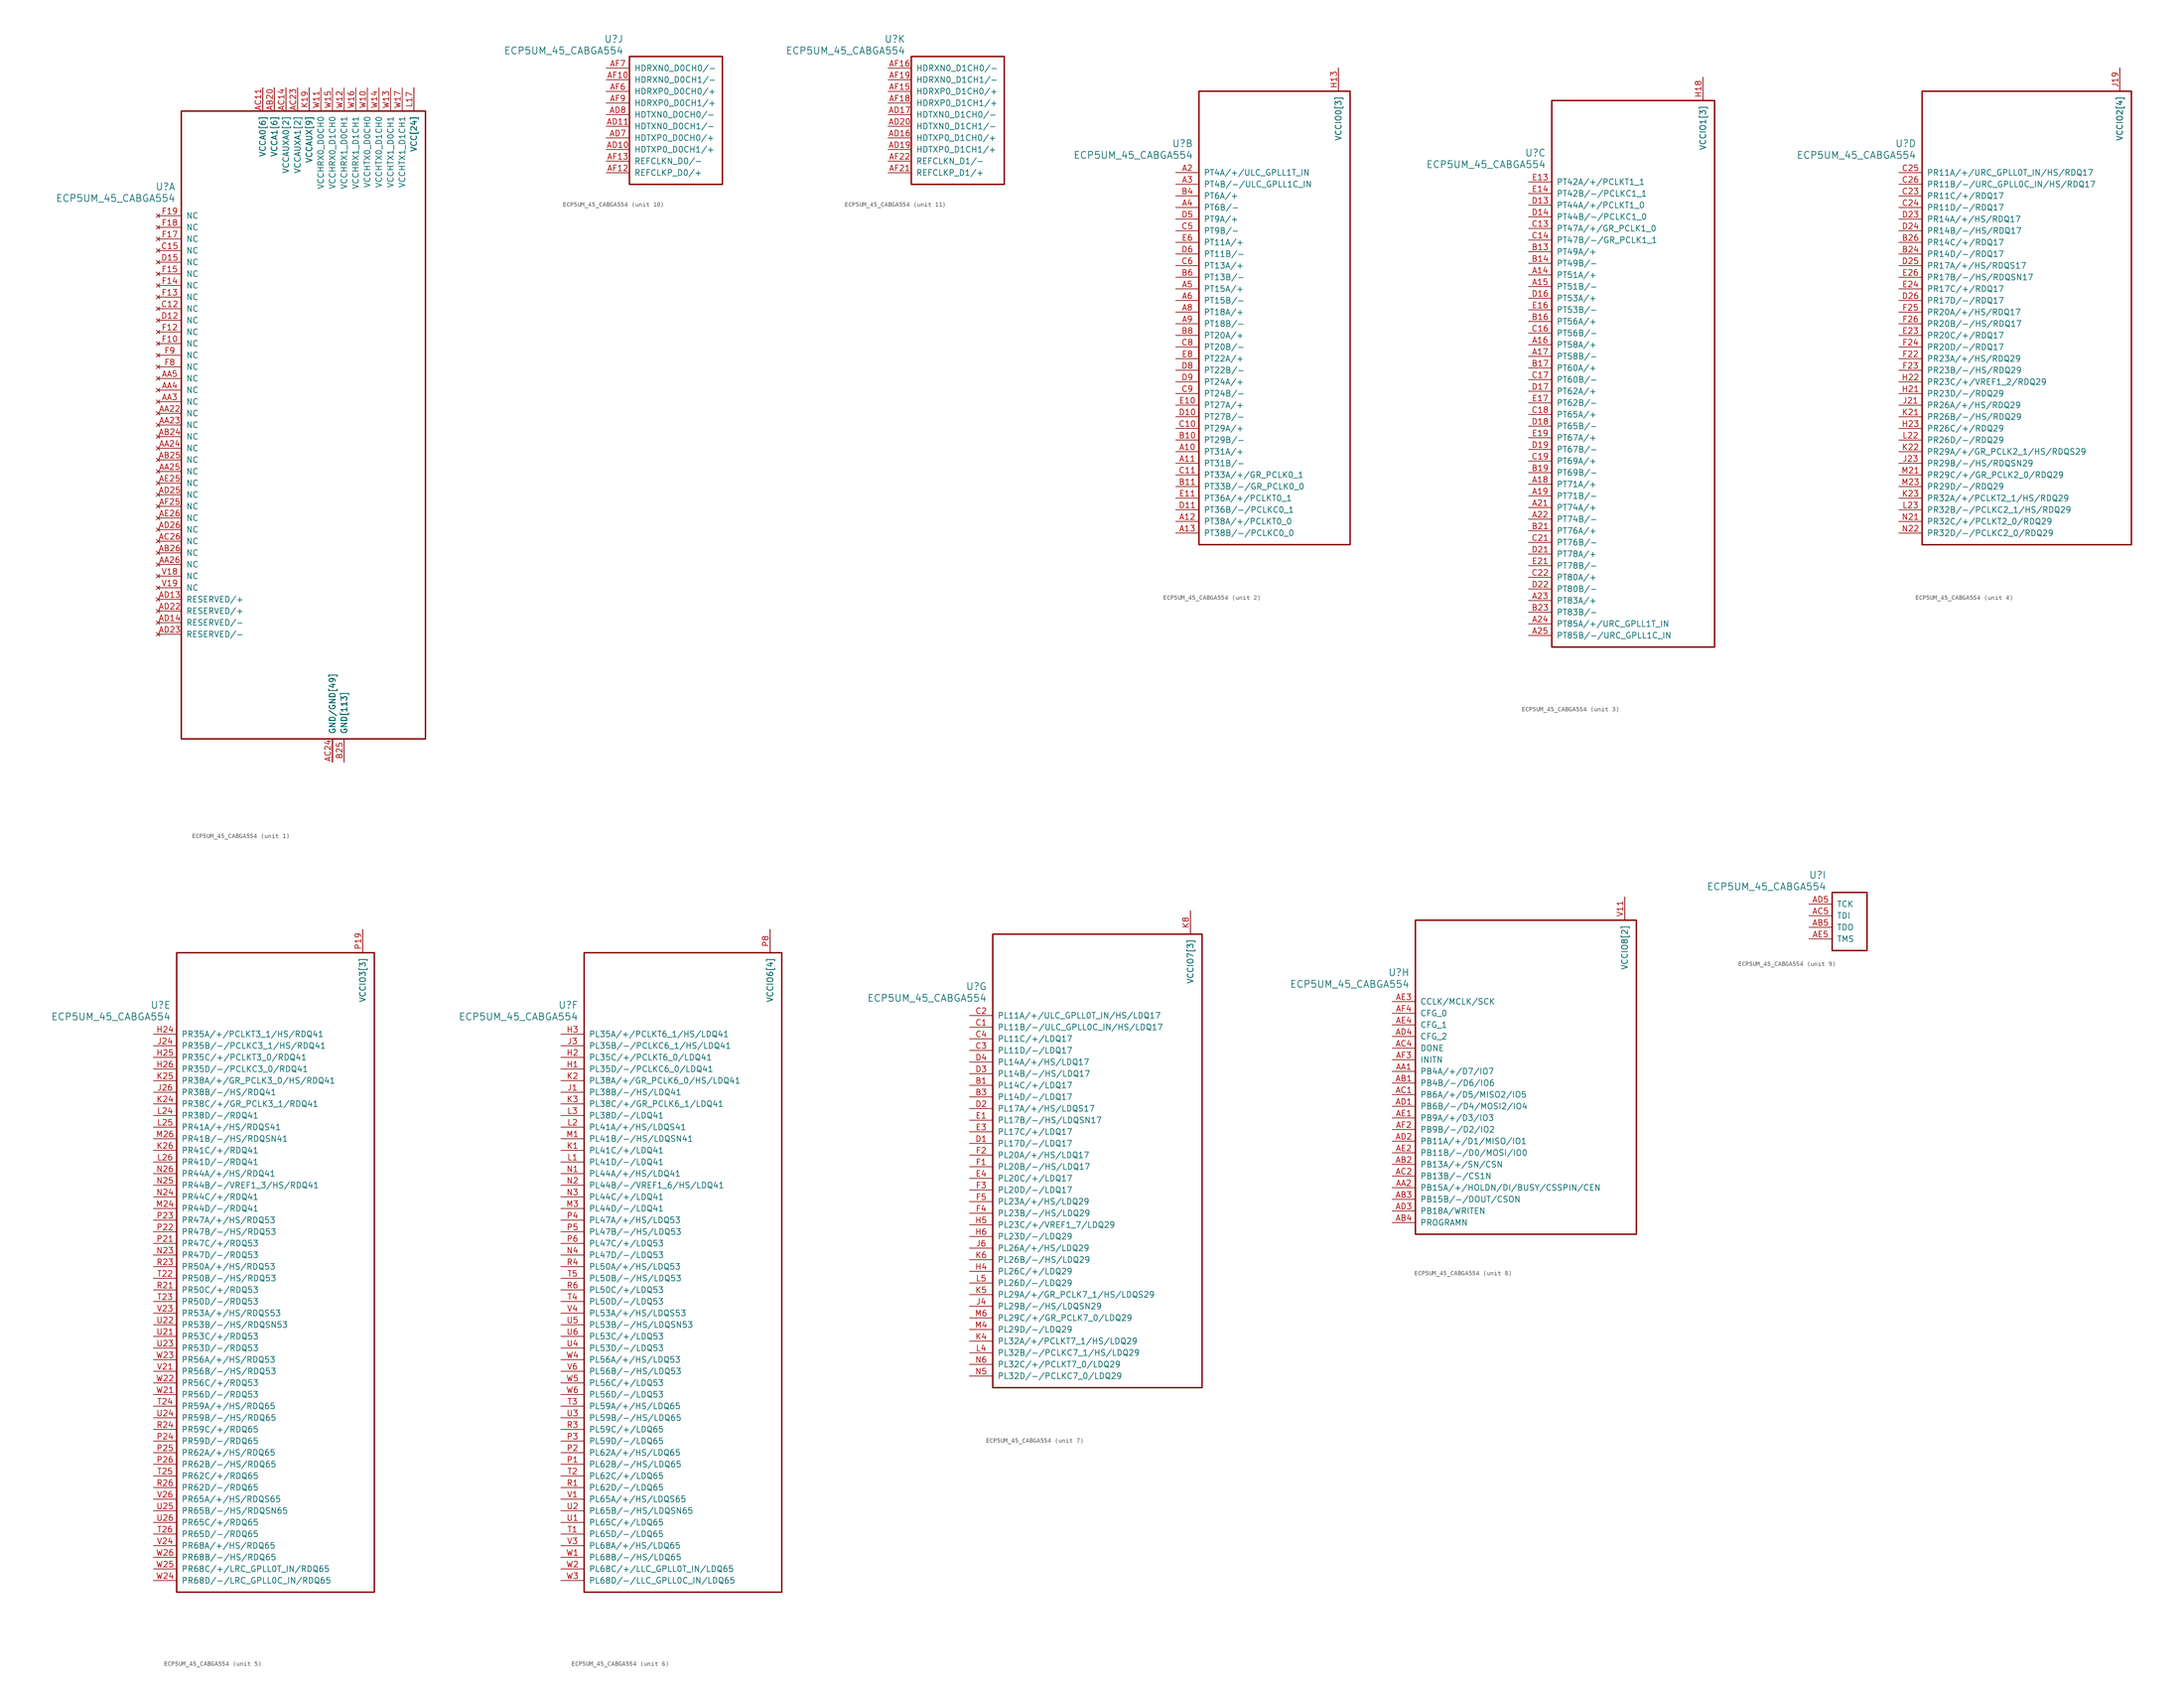
<source format=kicad_sym>
(kicad_symbol_lib
  (version 20231120)
  (generator "kicad_symbol_editor")
  (generator_version "8.0")
  (symbol "ECP5UM_45_CABGA554"
    (pin_names
      (offset 1.016))
    (property "Reference" "U"
      (at 3.81 6.35 0)
      (effects (font (size 1.524 1.524)) (justify right)))
    (property "Value" "ECP5UM_45_CABGA554"
      (at 3.81 3.81 0)
      (effects (font (size 1.524 1.524)) (justify right)))
    (property "ki_locked" ""
      (at 0 0 0)
      (effects (font (size 1.27 1.27))))
    (symbol "ECP5UM_45_CABGA554_1_1"
      (rectangle (start 5.08 22.86) (end 58.42 -114.3) (stroke (width 0.305) (type default)) (fill (type none)))
      (pin power_in line (at 38.1 -119.38 90) (length 5.08) (name "GND/GND[49]" (effects (font (size 1.27 1.27)))) (number "AA10" (effects (font (size 0 0)))))
      (pin power_in line (at 38.1 -119.38 90) (length 5.08) (name "GND/GND[49]" (effects (font (size 1.27 1.27)))) (number "AA12" (effects (font (size 0 0)))))
      (pin power_in line (at 38.1 -119.38 90) (length 5.08) (name "GND/GND[49]" (effects (font (size 1.27 1.27)))) (number "AA13" (effects (font (size 0 0)))))
      (pin power_in line (at 38.1 -119.38 90) (length 5.08) (name "GND/GND[49]" (effects (font (size 1.27 1.27)))) (number "AA14" (effects (font (size 0 0)))))
      (pin power_in line (at 38.1 -119.38 90) (length 5.08) (name "GND/GND[49]" (effects (font (size 1.27 1.27)))) (number "AA15" (effects (font (size 0 0)))))
      (pin power_in line (at 38.1 -119.38 90) (length 5.08) (name "GND/GND[49]" (effects (font (size 1.27 1.27)))) (number "AA17" (effects (font (size 0 0)))))
      (pin power_in line (at 38.1 -119.38 90) (length 5.08) (name "GND/GND[49]" (effects (font (size 1.27 1.27)))) (number "AA18" (effects (font (size 0 0)))))
      (pin power_in line (at 38.1 -119.38 90) (length 5.08) (name "GND/GND[49]" (effects (font (size 1.27 1.27)))) (number "AA20" (effects (font (size 0 0)))))
      (pin no_connect line (at 0 -43.18 0) (length 5.08) (name "NC" (effects (font (size 1.27 1.27)))) (number "AA22" (effects (font (size 1.27 1.27)))))
      (pin no_connect line (at 0 -45.72 0) (length 5.08) (name "NC" (effects (font (size 1.27 1.27)))) (number "AA23" (effects (font (size 1.27 1.27)))))
      (pin no_connect line (at 0 -50.8 0) (length 5.08) (name "NC" (effects (font (size 1.27 1.27)))) (number "AA24" (effects (font (size 1.27 1.27)))))
      (pin no_connect line (at 0 -55.88 0) (length 5.08) (name "NC" (effects (font (size 1.27 1.27)))) (number "AA25" (effects (font (size 1.27 1.27)))))
      (pin no_connect line (at 0 -76.2 0) (length 5.08) (name "NC" (effects (font (size 1.27 1.27)))) (number "AA26" (effects (font (size 1.27 1.27)))))
      (pin no_connect line (at 0 -40.64 0) (length 5.08) (name "NC" (effects (font (size 1.27 1.27)))) (number "AA3" (effects (font (size 1.27 1.27)))))
      (pin no_connect line (at 0 -38.1 0) (length 5.08) (name "NC" (effects (font (size 1.27 1.27)))) (number "AA4" (effects (font (size 1.27 1.27)))))
      (pin no_connect line (at 0 -35.56 0) (length 5.08) (name "NC" (effects (font (size 1.27 1.27)))) (number "AA5" (effects (font (size 1.27 1.27)))))
      (pin power_in line (at 38.1 -119.38 90) (length 5.08) (name "GND/GND[49]" (effects (font (size 1.27 1.27)))) (number "AA7" (effects (font (size 0 0)))))
      (pin power_in line (at 38.1 -119.38 90) (length 5.08) (name "GND/GND[49]" (effects (font (size 1.27 1.27)))) (number "AA9" (effects (font (size 0 0)))))
      (pin power_in line (at 22.86 27.94 270) (length 5.08) (name "VCCA0[6]" (effects (font (size 1.27 1.27)))) (number "AB10" (effects (font (size 0 0)))))
      (pin power_in line (at 38.1 -119.38 90) (length 5.08) (name "GND/GND[49]" (effects (font (size 1.27 1.27)))) (number "AB12" (effects (font (size 0 0)))))
      (pin power_in line (at 38.1 -119.38 90) (length 5.08) (name "GND/GND[49]" (effects (font (size 1.27 1.27)))) (number "AB13" (effects (font (size 0 0)))))
      (pin power_in line (at 38.1 -119.38 90) (length 5.08) (name "GND/GND[49]" (effects (font (size 1.27 1.27)))) (number "AB14" (effects (font (size 0 0)))))
      (pin power_in line (at 38.1 -119.38 90) (length 5.08) (name "GND/GND[49]" (effects (font (size 1.27 1.27)))) (number "AB15" (effects (font (size 0 0)))))
      (pin power_in line (at 25.4 27.94 270) (length 5.08) (name "VCCA1[6]" (effects (font (size 1.27 1.27)))) (number "AB17" (effects (font (size 0 0)))))
      (pin power_in line (at 38.1 -119.38 90) (length 5.08) (name "GND/GND[49]" (effects (font (size 1.27 1.27)))) (number "AB18" (effects (font (size 0 0)))))
      (pin power_in line (at 25.4 27.94 270) (length 5.08) (name "VCCA1[6]" (effects (font (size 1.27 1.27)))) (number "AB20" (effects (font (size 1.27 1.27)))))
      (pin power_in line (at 38.1 -119.38 90) (length 5.08) (name "GND/GND[49]" (effects (font (size 1.27 1.27)))) (number "AB21" (effects (font (size 0 0)))))
      (pin power_in line (at 38.1 -119.38 90) (length 5.08) (name "GND/GND[49]" (effects (font (size 1.27 1.27)))) (number "AB22" (effects (font (size 0 0)))))
      (pin power_in line (at 38.1 -119.38 90) (length 5.08) (name "GND/GND[49]" (effects (font (size 1.27 1.27)))) (number "AB23" (effects (font (size 0 0)))))
      (pin no_connect line (at 0 -48.26 0) (length 5.08) (name "NC" (effects (font (size 1.27 1.27)))) (number "AB24" (effects (font (size 1.27 1.27)))))
      (pin no_connect line (at 0 -53.34 0) (length 5.08) (name "NC" (effects (font (size 1.27 1.27)))) (number "AB25" (effects (font (size 1.27 1.27)))))
      (pin no_connect line (at 0 -73.66 0) (length 5.08) (name "NC" (effects (font (size 1.27 1.27)))) (number "AB26" (effects (font (size 1.27 1.27)))))
      (pin power_in line (at 38.1 -119.38 90) (length 5.08) (name "GND/GND[49]" (effects (font (size 1.27 1.27)))) (number "AB6" (effects (font (size 0 0)))))
      (pin power_in line (at 22.86 27.94 270) (length 5.08) (name "VCCA0[6]" (effects (font (size 1.27 1.27)))) (number "AB7" (effects (font (size 0 0)))))
      (pin power_in line (at 38.1 -119.38 90) (length 5.08) (name "GND/GND[49]" (effects (font (size 1.27 1.27)))) (number "AB9" (effects (font (size 0 0)))))
      (pin power_in line (at 22.86 27.94 270) (length 5.08) (name "VCCA0[6]" (effects (font (size 1.27 1.27)))) (number "AC10" (effects (font (size 0 0)))))
      (pin power_in line (at 22.86 27.94 270) (length 5.08) (name "VCCA0[6]" (effects (font (size 1.27 1.27)))) (number "AC11" (effects (font (size 1.27 1.27)))))
      (pin power_in line (at 38.1 -119.38 90) (length 5.08) (name "GND/GND[49]" (effects (font (size 1.27 1.27)))) (number "AC12" (effects (font (size 0 0)))))
      (pin power_in line (at 27.94 27.94 270) (length 5.08) (name "VCCAUXA0[2]" (effects (font (size 1.27 1.27)))) (number "AC13" (effects (font (size 0 0)))))
      (pin power_in line (at 27.94 27.94 270) (length 5.08) (name "VCCAUXA0[2]" (effects (font (size 1.27 1.27)))) (number "AC14" (effects (font (size 1.27 1.27)))))
      (pin power_in line (at 38.1 -119.38 90) (length 5.08) (name "GND/GND[49]" (effects (font (size 1.27 1.27)))) (number "AC15" (effects (font (size 0 0)))))
      (pin power_in line (at 25.4 27.94 270) (length 5.08) (name "VCCA1[6]" (effects (font (size 1.27 1.27)))) (number "AC16" (effects (font (size 0 0)))))
      (pin power_in line (at 25.4 27.94 270) (length 5.08) (name "VCCA1[6]" (effects (font (size 1.27 1.27)))) (number "AC17" (effects (font (size 0 0)))))
      (pin power_in line (at 38.1 -119.38 90) (length 5.08) (name "GND/GND[49]" (effects (font (size 1.27 1.27)))) (number "AC18" (effects (font (size 0 0)))))
      (pin power_in line (at 25.4 27.94 270) (length 5.08) (name "VCCA1[6]" (effects (font (size 1.27 1.27)))) (number "AC19" (effects (font (size 0 0)))))
      (pin power_in line (at 25.4 27.94 270) (length 5.08) (name "VCCA1[6]" (effects (font (size 1.27 1.27)))) (number "AC20" (effects (font (size 0 0)))))
      (pin power_in line (at 38.1 -119.38 90) (length 5.08) (name "GND/GND[49]" (effects (font (size 1.27 1.27)))) (number "AC21" (effects (font (size 0 0)))))
      (pin power_in line (at 30.48 27.94 270) (length 5.08) (name "VCCAUXA1[2]" (effects (font (size 1.27 1.27)))) (number "AC22" (effects (font (size 0 0)))))
      (pin power_in line (at 30.48 27.94 270) (length 5.08) (name "VCCAUXA1[2]" (effects (font (size 1.27 1.27)))) (number "AC23" (effects (font (size 1.27 1.27)))))
      (pin power_in line (at 38.1 -119.38 90) (length 5.08) (name "GND/GND[49]" (effects (font (size 1.27 1.27)))) (number "AC24" (effects (font (size 1.27 1.27)))))
      (pin power_in line (at 40.64 -119.38 90) (length 5.08) (name "GND[113]" (effects (font (size 1.27 1.27)))) (number "AC25" (effects (font (size 0 0)))))
      (pin no_connect line (at 0 -71.12 0) (length 5.08) (name "NC" (effects (font (size 1.27 1.27)))) (number "AC26" (effects (font (size 1.27 1.27)))))
      (pin power_in line (at 40.64 -119.38 90) (length 5.08) (name "GND[113]" (effects (font (size 1.27 1.27)))) (number "AC3" (effects (font (size 0 0)))))
      (pin power_in line (at 38.1 -119.38 90) (length 5.08) (name "GND/GND[49]" (effects (font (size 1.27 1.27)))) (number "AC6" (effects (font (size 0 0)))))
      (pin power_in line (at 22.86 27.94 270) (length 5.08) (name "VCCA0[6]" (effects (font (size 1.27 1.27)))) (number "AC7" (effects (font (size 0 0)))))
      (pin power_in line (at 22.86 27.94 270) (length 5.08) (name "VCCA0[6]" (effects (font (size 1.27 1.27)))) (number "AC8" (effects (font (size 0 0)))))
      (pin power_in line (at 38.1 -119.38 90) (length 5.08) (name "GND/GND[49]" (effects (font (size 1.27 1.27)))) (number "AC9" (effects (font (size 0 0)))))
      (pin power_in line (at 38.1 -119.38 90) (length 5.08) (name "GND/GND[49]" (effects (font (size 1.27 1.27)))) (number "AD12" (effects (font (size 0 0)))))
      (pin no_connect line (at 0 -83.82 0) (length 5.08) (name "RESERVED/+" (effects (font (size 1.27 1.27)))) (number "AD13" (effects (font (size 1.27 1.27)))))
      (pin no_connect line (at 0 -88.9 0) (length 5.08) (name "RESERVED/-" (effects (font (size 1.27 1.27)))) (number "AD14" (effects (font (size 1.27 1.27)))))
      (pin power_in line (at 38.1 -119.38 90) (length 5.08) (name "GND/GND[49]" (effects (font (size 1.27 1.27)))) (number "AD15" (effects (font (size 0 0)))))
      (pin power_in line (at 38.1 -119.38 90) (length 5.08) (name "GND/GND[49]" (effects (font (size 1.27 1.27)))) (number "AD18" (effects (font (size 0 0)))))
      (pin power_in line (at 38.1 -119.38 90) (length 5.08) (name "GND/GND[49]" (effects (font (size 1.27 1.27)))) (number "AD21" (effects (font (size 0 0)))))
      (pin no_connect line (at 0 -86.36 0) (length 5.08) (name "RESERVED/+" (effects (font (size 1.27 1.27)))) (number "AD22" (effects (font (size 1.27 1.27)))))
      (pin no_connect line (at 0 -91.44 0) (length 5.08) (name "RESERVED/-" (effects (font (size 1.27 1.27)))) (number "AD23" (effects (font (size 1.27 1.27)))))
      (pin power_in line (at 38.1 -119.38 90) (length 5.08) (name "GND/GND[49]" (effects (font (size 1.27 1.27)))) (number "AD24" (effects (font (size 0 0)))))
      (pin no_connect line (at 0 -60.96 0) (length 5.08) (name "NC" (effects (font (size 1.27 1.27)))) (number "AD25" (effects (font (size 1.27 1.27)))))
      (pin no_connect line (at 0 -68.58 0) (length 5.08) (name "NC" (effects (font (size 1.27 1.27)))) (number "AD26" (effects (font (size 1.27 1.27)))))
      (pin power_in line (at 38.1 -119.38 90) (length 5.08) (name "GND/GND[49]" (effects (font (size 1.27 1.27)))) (number "AD6" (effects (font (size 0 0)))))
      (pin power_in line (at 38.1 -119.38 90) (length 5.08) (name "GND/GND[49]" (effects (font (size 1.27 1.27)))) (number "AD9" (effects (font (size 0 0)))))
      (pin power_in line (at 38.1 -119.38 90) (length 5.08) (name "GND/GND[49]" (effects (font (size 1.27 1.27)))) (number "AE10" (effects (font (size 0 0)))))
      (pin power_in line (at 38.1 -119.38 90) (length 5.08) (name "GND/GND[49]" (effects (font (size 1.27 1.27)))) (number "AE12" (effects (font (size 0 0)))))
      (pin power_in line (at 38.1 -119.38 90) (length 5.08) (name "GND/GND[49]" (effects (font (size 1.27 1.27)))) (number "AE13" (effects (font (size 0 0)))))
      (pin power_in line (at 38.1 -119.38 90) (length 5.08) (name "GND/GND[49]" (effects (font (size 1.27 1.27)))) (number "AE15" (effects (font (size 0 0)))))
      (pin power_in line (at 38.1 -119.38 90) (length 5.08) (name "GND/GND[49]" (effects (font (size 1.27 1.27)))) (number "AE16" (effects (font (size 0 0)))))
      (pin power_in line (at 38.1 -119.38 90) (length 5.08) (name "GND/GND[49]" (effects (font (size 1.27 1.27)))) (number "AE18" (effects (font (size 0 0)))))
      (pin power_in line (at 38.1 -119.38 90) (length 5.08) (name "GND/GND[49]" (effects (font (size 1.27 1.27)))) (number "AE19" (effects (font (size 0 0)))))
      (pin power_in line (at 38.1 -119.38 90) (length 5.08) (name "GND/GND[49]" (effects (font (size 1.27 1.27)))) (number "AE21" (effects (font (size 0 0)))))
      (pin power_in line (at 38.1 -119.38 90) (length 5.08) (name "GND/GND[49]" (effects (font (size 1.27 1.27)))) (number "AE22" (effects (font (size 0 0)))))
      (pin power_in line (at 38.1 -119.38 90) (length 5.08) (name "GND/GND[49]" (effects (font (size 1.27 1.27)))) (number "AE24" (effects (font (size 0 0)))))
      (pin no_connect line (at 0 -58.42 0) (length 5.08) (name "NC" (effects (font (size 1.27 1.27)))) (number "AE25" (effects (font (size 1.27 1.27)))))
      (pin no_connect line (at 0 -66.04 0) (length 5.08) (name "NC" (effects (font (size 1.27 1.27)))) (number "AE26" (effects (font (size 1.27 1.27)))))
      (pin power_in line (at 38.1 -119.38 90) (length 5.08) (name "GND/GND[49]" (effects (font (size 1.27 1.27)))) (number "AE6" (effects (font (size 0 0)))))
      (pin power_in line (at 38.1 -119.38 90) (length 5.08) (name "GND/GND[49]" (effects (font (size 1.27 1.27)))) (number "AE7" (effects (font (size 0 0)))))
      (pin power_in line (at 38.1 -119.38 90) (length 5.08) (name "GND/GND[49]" (effects (font (size 1.27 1.27)))) (number "AE9" (effects (font (size 0 0)))))
      (pin power_in line (at 38.1 -119.38 90) (length 5.08) (name "GND/GND[49]" (effects (font (size 1.27 1.27)))) (number "AF24" (effects (font (size 0 0)))))
      (pin no_connect line (at 0 -63.5 0) (length 5.08) (name "NC" (effects (font (size 1.27 1.27)))) (number "AF25" (effects (font (size 1.27 1.27)))))
      (pin power_in line (at 38.1 -119.38 90) (length 5.08) (name "GND/GND[49]" (effects (font (size 1.27 1.27)))) (number "AF5" (effects (font (size 0 0)))))
      (pin power_in line (at 40.64 -119.38 90) (length 5.08) (name "GND[113]" (effects (font (size 1.27 1.27)))) (number "B12" (effects (font (size 0 0)))))
      (pin power_in line (at 40.64 -119.38 90) (length 5.08) (name "GND[113]" (effects (font (size 1.27 1.27)))) (number "B15" (effects (font (size 0 0)))))
      (pin power_in line (at 40.64 -119.38 90) (length 5.08) (name "GND[113]" (effects (font (size 1.27 1.27)))) (number "B18" (effects (font (size 0 0)))))
      (pin power_in line (at 40.64 -119.38 90) (length 5.08) (name "GND[113]" (effects (font (size 1.27 1.27)))) (number "B2" (effects (font (size 0 0)))))
      (pin power_in line (at 40.64 -119.38 90) (length 5.08) (name "GND[113]" (effects (font (size 1.27 1.27)))) (number "B22" (effects (font (size 0 0)))))
      (pin power_in line (at 40.64 -119.38 90) (length 5.08) (name "GND[113]" (effects (font (size 1.27 1.27)))) (number "B25" (effects (font (size 1.27 1.27)))))
      (pin power_in line (at 40.64 -119.38 90) (length 5.08) (name "GND[113]" (effects (font (size 1.27 1.27)))) (number "B5" (effects (font (size 0 0)))))
      (pin power_in line (at 40.64 -119.38 90) (length 5.08) (name "GND[113]" (effects (font (size 1.27 1.27)))) (number "B9" (effects (font (size 0 0)))))
      (pin no_connect line (at 0 -20.32 0) (length 5.08) (name "NC" (effects (font (size 1.27 1.27)))) (number "C12" (effects (font (size 1.27 1.27)))))
      (pin no_connect line (at 0 -7.62 0) (length 5.08) (name "NC" (effects (font (size 1.27 1.27)))) (number "C15" (effects (font (size 1.27 1.27)))))
      (pin no_connect line (at 0 -22.86 0) (length 5.08) (name "NC" (effects (font (size 1.27 1.27)))) (number "D12" (effects (font (size 1.27 1.27)))))
      (pin no_connect line (at 0 -10.16 0) (length 5.08) (name "NC" (effects (font (size 1.27 1.27)))) (number "D15" (effects (font (size 1.27 1.27)))))
      (pin power_in line (at 40.64 -119.38 90) (length 5.08) (name "GND[113]" (effects (font (size 1.27 1.27)))) (number "E12" (effects (font (size 0 0)))))
      (pin power_in line (at 40.64 -119.38 90) (length 5.08) (name "GND[113]" (effects (font (size 1.27 1.27)))) (number "E15" (effects (font (size 0 0)))))
      (pin power_in line (at 40.64 -119.38 90) (length 5.08) (name "GND[113]" (effects (font (size 1.27 1.27)))) (number "E18" (effects (font (size 0 0)))))
      (pin power_in line (at 40.64 -119.38 90) (length 5.08) (name "GND[113]" (effects (font (size 1.27 1.27)))) (number "E2" (effects (font (size 0 0)))))
      (pin power_in line (at 40.64 -119.38 90) (length 5.08) (name "GND[113]" (effects (font (size 1.27 1.27)))) (number "E22" (effects (font (size 0 0)))))
      (pin power_in line (at 40.64 -119.38 90) (length 5.08) (name "GND[113]" (effects (font (size 1.27 1.27)))) (number "E25" (effects (font (size 0 0)))))
      (pin power_in line (at 40.64 -119.38 90) (length 5.08) (name "GND[113]" (effects (font (size 1.27 1.27)))) (number "E5" (effects (font (size 0 0)))))
      (pin power_in line (at 40.64 -119.38 90) (length 5.08) (name "GND[113]" (effects (font (size 1.27 1.27)))) (number "E9" (effects (font (size 0 0)))))
      (pin no_connect line (at 0 -27.94 0) (length 5.08) (name "NC" (effects (font (size 1.27 1.27)))) (number "F10" (effects (font (size 1.27 1.27)))))
      (pin no_connect line (at 0 -25.4 0) (length 5.08) (name "NC" (effects (font (size 1.27 1.27)))) (number "F12" (effects (font (size 1.27 1.27)))))
      (pin no_connect line (at 0 -17.78 0) (length 5.08) (name "NC" (effects (font (size 1.27 1.27)))) (number "F13" (effects (font (size 1.27 1.27)))))
      (pin no_connect line (at 0 -15.24 0) (length 5.08) (name "NC" (effects (font (size 1.27 1.27)))) (number "F14" (effects (font (size 1.27 1.27)))))
      (pin no_connect line (at 0 -12.7 0) (length 5.08) (name "NC" (effects (font (size 1.27 1.27)))) (number "F15" (effects (font (size 1.27 1.27)))))
      (pin no_connect line (at 0 -5.08 0) (length 5.08) (name "NC" (effects (font (size 1.27 1.27)))) (number "F17" (effects (font (size 1.27 1.27)))))
      (pin no_connect line (at 0 -2.54 0) (length 5.08) (name "NC" (effects (font (size 1.27 1.27)))) (number "F18" (effects (font (size 1.27 1.27)))))
      (pin no_connect line (at 0 0 0) (length 5.08) (name "NC" (effects (font (size 1.27 1.27)))) (number "F19" (effects (font (size 1.27 1.27)))))
      (pin no_connect line (at 0 -33.02 0) (length 5.08) (name "NC" (effects (font (size 1.27 1.27)))) (number "F8" (effects (font (size 1.27 1.27)))))
      (pin no_connect line (at 0 -30.48 0) (length 5.08) (name "NC" (effects (font (size 1.27 1.27)))) (number "F9" (effects (font (size 1.27 1.27)))))
      (pin power_in line (at 33.02 27.94 270) (length 5.08) (name "VCCAUX[9]" (effects (font (size 1.27 1.27)))) (number "H11" (effects (font (size 0 0)))))
      (pin power_in line (at 33.02 27.94 270) (length 5.08) (name "VCCAUX[9]" (effects (font (size 1.27 1.27)))) (number "H14" (effects (font (size 0 0)))))
      (pin power_in line (at 33.02 27.94 270) (length 5.08) (name "VCCAUX[9]" (effects (font (size 1.27 1.27)))) (number "H17" (effects (font (size 0 0)))))
      (pin power_in line (at 40.64 -119.38 90) (length 5.08) (name "GND[113]" (effects (font (size 1.27 1.27)))) (number "H19" (effects (font (size 0 0)))))
      (pin power_in line (at 40.64 -119.38 90) (length 5.08) (name "GND[113]" (effects (font (size 1.27 1.27)))) (number "H8" (effects (font (size 0 0)))))
      (pin power_in line (at 40.64 -119.38 90) (length 5.08) (name "GND[113]" (effects (font (size 1.27 1.27)))) (number "H9" (effects (font (size 0 0)))))
      (pin power_in line (at 40.64 -119.38 90) (length 5.08) (name "GND[113]" (effects (font (size 1.27 1.27)))) (number "J10" (effects (font (size 0 0)))))
      (pin power_in line (at 40.64 -119.38 90) (length 5.08) (name "GND[113]" (effects (font (size 1.27 1.27)))) (number "J11" (effects (font (size 0 0)))))
      (pin power_in line (at 40.64 -119.38 90) (length 5.08) (name "GND[113]" (effects (font (size 1.27 1.27)))) (number "J12" (effects (font (size 0 0)))))
      (pin power_in line (at 40.64 -119.38 90) (length 5.08) (name "GND[113]" (effects (font (size 1.27 1.27)))) (number "J13" (effects (font (size 0 0)))))
      (pin power_in line (at 40.64 -119.38 90) (length 5.08) (name "GND[113]" (effects (font (size 1.27 1.27)))) (number "J14" (effects (font (size 0 0)))))
      (pin power_in line (at 40.64 -119.38 90) (length 5.08) (name "GND[113]" (effects (font (size 1.27 1.27)))) (number "J15" (effects (font (size 0 0)))))
      (pin power_in line (at 40.64 -119.38 90) (length 5.08) (name "GND[113]" (effects (font (size 1.27 1.27)))) (number "J16" (effects (font (size 0 0)))))
      (pin power_in line (at 40.64 -119.38 90) (length 5.08) (name "GND[113]" (effects (font (size 1.27 1.27)))) (number "J17" (effects (font (size 0 0)))))
      (pin power_in line (at 40.64 -119.38 90) (length 5.08) (name "GND[113]" (effects (font (size 1.27 1.27)))) (number "J18" (effects (font (size 0 0)))))
      (pin power_in line (at 40.64 -119.38 90) (length 5.08) (name "GND[113]" (effects (font (size 1.27 1.27)))) (number "J2" (effects (font (size 0 0)))))
      (pin power_in line (at 40.64 -119.38 90) (length 5.08) (name "GND[113]" (effects (font (size 1.27 1.27)))) (number "J22" (effects (font (size 0 0)))))
      (pin power_in line (at 40.64 -119.38 90) (length 5.08) (name "GND[113]" (effects (font (size 1.27 1.27)))) (number "J25" (effects (font (size 0 0)))))
      (pin power_in line (at 40.64 -119.38 90) (length 5.08) (name "GND[113]" (effects (font (size 1.27 1.27)))) (number "J5" (effects (font (size 0 0)))))
      (pin power_in line (at 40.64 -119.38 90) (length 5.08) (name "GND[113]" (effects (font (size 1.27 1.27)))) (number "J8" (effects (font (size 0 0)))))
      (pin power_in line (at 40.64 -119.38 90) (length 5.08) (name "GND[113]" (effects (font (size 1.27 1.27)))) (number "J9" (effects (font (size 0 0)))))
      (pin power_in line (at 40.64 -119.38 90) (length 5.08) (name "GND[113]" (effects (font (size 1.27 1.27)))) (number "K10" (effects (font (size 0 0)))))
      (pin power_in line (at 55.88 27.94 270) (length 5.08) (name "VCC[24]" (effects (font (size 1.27 1.27)))) (number "K11" (effects (font (size 0 0)))))
      (pin power_in line (at 55.88 27.94 270) (length 5.08) (name "VCC[24]" (effects (font (size 1.27 1.27)))) (number "K12" (effects (font (size 0 0)))))
      (pin power_in line (at 55.88 27.94 270) (length 5.08) (name "VCC[24]" (effects (font (size 1.27 1.27)))) (number "K13" (effects (font (size 0 0)))))
      (pin power_in line (at 55.88 27.94 270) (length 5.08) (name "VCC[24]" (effects (font (size 1.27 1.27)))) (number "K14" (effects (font (size 0 0)))))
      (pin power_in line (at 55.88 27.94 270) (length 5.08) (name "VCC[24]" (effects (font (size 1.27 1.27)))) (number "K15" (effects (font (size 0 0)))))
      (pin power_in line (at 55.88 27.94 270) (length 5.08) (name "VCC[24]" (effects (font (size 1.27 1.27)))) (number "K16" (effects (font (size 0 0)))))
      (pin power_in line (at 40.64 -119.38 90) (length 5.08) (name "GND[113]" (effects (font (size 1.27 1.27)))) (number "K17" (effects (font (size 0 0)))))
      (pin power_in line (at 40.64 -119.38 90) (length 5.08) (name "GND[113]" (effects (font (size 1.27 1.27)))) (number "K18" (effects (font (size 0 0)))))
      (pin power_in line (at 33.02 27.94 270) (length 5.08) (name "VCCAUX[9]" (effects (font (size 1.27 1.27)))) (number "K19" (effects (font (size 1.27 1.27)))))
      (pin power_in line (at 40.64 -119.38 90) (length 5.08) (name "GND[113]" (effects (font (size 1.27 1.27)))) (number "K9" (effects (font (size 0 0)))))
      (pin power_in line (at 55.88 27.94 270) (length 5.08) (name "VCC[24]" (effects (font (size 1.27 1.27)))) (number "L10" (effects (font (size 0 0)))))
      (pin power_in line (at 40.64 -119.38 90) (length 5.08) (name "GND[113]" (effects (font (size 1.27 1.27)))) (number "L11" (effects (font (size 0 0)))))
      (pin power_in line (at 40.64 -119.38 90) (length 5.08) (name "GND[113]" (effects (font (size 1.27 1.27)))) (number "L12" (effects (font (size 0 0)))))
      (pin power_in line (at 40.64 -119.38 90) (length 5.08) (name "GND[113]" (effects (font (size 1.27 1.27)))) (number "L13" (effects (font (size 0 0)))))
      (pin power_in line (at 40.64 -119.38 90) (length 5.08) (name "GND[113]" (effects (font (size 1.27 1.27)))) (number "L14" (effects (font (size 0 0)))))
      (pin power_in line (at 40.64 -119.38 90) (length 5.08) (name "GND[113]" (effects (font (size 1.27 1.27)))) (number "L15" (effects (font (size 0 0)))))
      (pin power_in line (at 40.64 -119.38 90) (length 5.08) (name "GND[113]" (effects (font (size 1.27 1.27)))) (number "L16" (effects (font (size 0 0)))))
      (pin power_in line (at 55.88 27.94 270) (length 5.08) (name "VCC[24]" (effects (font (size 1.27 1.27)))) (number "L17" (effects (font (size 1.27 1.27)))))
      (pin power_in line (at 40.64 -119.38 90) (length 5.08) (name "GND[113]" (effects (font (size 1.27 1.27)))) (number "L18" (effects (font (size 0 0)))))
      (pin power_in line (at 33.02 27.94 270) (length 5.08) (name "VCCAUX[9]" (effects (font (size 1.27 1.27)))) (number "L8" (effects (font (size 0 0)))))
      (pin power_in line (at 40.64 -119.38 90) (length 5.08) (name "GND[113]" (effects (font (size 1.27 1.27)))) (number "L9" (effects (font (size 0 0)))))
      (pin power_in line (at 55.88 27.94 270) (length 5.08) (name "VCC[24]" (effects (font (size 1.27 1.27)))) (number "M10" (effects (font (size 0 0)))))
      (pin power_in line (at 40.64 -119.38 90) (length 5.08) (name "GND[113]" (effects (font (size 1.27 1.27)))) (number "M11" (effects (font (size 0 0)))))
      (pin power_in line (at 40.64 -119.38 90) (length 5.08) (name "GND[113]" (effects (font (size 1.27 1.27)))) (number "M12" (effects (font (size 0 0)))))
      (pin power_in line (at 40.64 -119.38 90) (length 5.08) (name "GND[113]" (effects (font (size 1.27 1.27)))) (number "M13" (effects (font (size 0 0)))))
      (pin power_in line (at 40.64 -119.38 90) (length 5.08) (name "GND[113]" (effects (font (size 1.27 1.27)))) (number "M14" (effects (font (size 0 0)))))
      (pin power_in line (at 40.64 -119.38 90) (length 5.08) (name "GND[113]" (effects (font (size 1.27 1.27)))) (number "M15" (effects (font (size 0 0)))))
      (pin power_in line (at 40.64 -119.38 90) (length 5.08) (name "GND[113]" (effects (font (size 1.27 1.27)))) (number "M16" (effects (font (size 0 0)))))
      (pin power_in line (at 55.88 27.94 270) (length 5.08) (name "VCC[24]" (effects (font (size 1.27 1.27)))) (number "M17" (effects (font (size 0 0)))))
      (pin power_in line (at 40.64 -119.38 90) (length 5.08) (name "GND[113]" (effects (font (size 1.27 1.27)))) (number "M18" (effects (font (size 0 0)))))
      (pin power_in line (at 40.64 -119.38 90) (length 5.08) (name "GND[113]" (effects (font (size 1.27 1.27)))) (number "M2" (effects (font (size 0 0)))))
      (pin power_in line (at 40.64 -119.38 90) (length 5.08) (name "GND[113]" (effects (font (size 1.27 1.27)))) (number "M22" (effects (font (size 0 0)))))
      (pin power_in line (at 40.64 -119.38 90) (length 5.08) (name "GND[113]" (effects (font (size 1.27 1.27)))) (number "M25" (effects (font (size 0 0)))))
      (pin power_in line (at 40.64 -119.38 90) (length 5.08) (name "GND[113]" (effects (font (size 1.27 1.27)))) (number "M5" (effects (font (size 0 0)))))
      (pin power_in line (at 40.64 -119.38 90) (length 5.08) (name "GND[113]" (effects (font (size 1.27 1.27)))) (number "M9" (effects (font (size 0 0)))))
      (pin power_in line (at 55.88 27.94 270) (length 5.08) (name "VCC[24]" (effects (font (size 1.27 1.27)))) (number "N10" (effects (font (size 0 0)))))
      (pin power_in line (at 40.64 -119.38 90) (length 5.08) (name "GND[113]" (effects (font (size 1.27 1.27)))) (number "N11" (effects (font (size 0 0)))))
      (pin power_in line (at 40.64 -119.38 90) (length 5.08) (name "GND[113]" (effects (font (size 1.27 1.27)))) (number "N12" (effects (font (size 0 0)))))
      (pin power_in line (at 40.64 -119.38 90) (length 5.08) (name "GND[113]" (effects (font (size 1.27 1.27)))) (number "N13" (effects (font (size 0 0)))))
      (pin power_in line (at 40.64 -119.38 90) (length 5.08) (name "GND[113]" (effects (font (size 1.27 1.27)))) (number "N14" (effects (font (size 0 0)))))
      (pin power_in line (at 40.64 -119.38 90) (length 5.08) (name "GND[113]" (effects (font (size 1.27 1.27)))) (number "N15" (effects (font (size 0 0)))))
      (pin power_in line (at 40.64 -119.38 90) (length 5.08) (name "GND[113]" (effects (font (size 1.27 1.27)))) (number "N16" (effects (font (size 0 0)))))
      (pin power_in line (at 55.88 27.94 270) (length 5.08) (name "VCC[24]" (effects (font (size 1.27 1.27)))) (number "N17" (effects (font (size 0 0)))))
      (pin power_in line (at 40.64 -119.38 90) (length 5.08) (name "GND[113]" (effects (font (size 1.27 1.27)))) (number "N18" (effects (font (size 0 0)))))
      (pin power_in line (at 40.64 -119.38 90) (length 5.08) (name "GND[113]" (effects (font (size 1.27 1.27)))) (number "N9" (effects (font (size 0 0)))))
      (pin power_in line (at 55.88 27.94 270) (length 5.08) (name "VCC[24]" (effects (font (size 1.27 1.27)))) (number "P10" (effects (font (size 0 0)))))
      (pin power_in line (at 40.64 -119.38 90) (length 5.08) (name "GND[113]" (effects (font (size 1.27 1.27)))) (number "P11" (effects (font (size 0 0)))))
      (pin power_in line (at 40.64 -119.38 90) (length 5.08) (name "GND[113]" (effects (font (size 1.27 1.27)))) (number "P12" (effects (font (size 0 0)))))
      (pin power_in line (at 40.64 -119.38 90) (length 5.08) (name "GND[113]" (effects (font (size 1.27 1.27)))) (number "P13" (effects (font (size 0 0)))))
      (pin power_in line (at 40.64 -119.38 90) (length 5.08) (name "GND[113]" (effects (font (size 1.27 1.27)))) (number "P14" (effects (font (size 0 0)))))
      (pin power_in line (at 40.64 -119.38 90) (length 5.08) (name "GND[113]" (effects (font (size 1.27 1.27)))) (number "P15" (effects (font (size 0 0)))))
      (pin power_in line (at 40.64 -119.38 90) (length 5.08) (name "GND[113]" (effects (font (size 1.27 1.27)))) (number "P16" (effects (font (size 0 0)))))
      (pin power_in line (at 55.88 27.94 270) (length 5.08) (name "VCC[24]" (effects (font (size 1.27 1.27)))) (number "P17" (effects (font (size 0 0)))))
      (pin power_in line (at 40.64 -119.38 90) (length 5.08) (name "GND[113]" (effects (font (size 1.27 1.27)))) (number "P18" (effects (font (size 0 0)))))
      (pin power_in line (at 40.64 -119.38 90) (length 5.08) (name "GND[113]" (effects (font (size 1.27 1.27)))) (number "P9" (effects (font (size 0 0)))))
      (pin power_in line (at 55.88 27.94 270) (length 5.08) (name "VCC[24]" (effects (font (size 1.27 1.27)))) (number "R10" (effects (font (size 0 0)))))
      (pin power_in line (at 40.64 -119.38 90) (length 5.08) (name "GND[113]" (effects (font (size 1.27 1.27)))) (number "R11" (effects (font (size 0 0)))))
      (pin power_in line (at 40.64 -119.38 90) (length 5.08) (name "GND[113]" (effects (font (size 1.27 1.27)))) (number "R12" (effects (font (size 0 0)))))
      (pin power_in line (at 40.64 -119.38 90) (length 5.08) (name "GND[113]" (effects (font (size 1.27 1.27)))) (number "R13" (effects (font (size 0 0)))))
      (pin power_in line (at 40.64 -119.38 90) (length 5.08) (name "GND[113]" (effects (font (size 1.27 1.27)))) (number "R14" (effects (font (size 0 0)))))
      (pin power_in line (at 40.64 -119.38 90) (length 5.08) (name "GND[113]" (effects (font (size 1.27 1.27)))) (number "R15" (effects (font (size 0 0)))))
      (pin power_in line (at 40.64 -119.38 90) (length 5.08) (name "GND[113]" (effects (font (size 1.27 1.27)))) (number "R16" (effects (font (size 0 0)))))
      (pin power_in line (at 55.88 27.94 270) (length 5.08) (name "VCC[24]" (effects (font (size 1.27 1.27)))) (number "R17" (effects (font (size 0 0)))))
      (pin power_in line (at 40.64 -119.38 90) (length 5.08) (name "GND[113]" (effects (font (size 1.27 1.27)))) (number "R18" (effects (font (size 0 0)))))
      (pin power_in line (at 40.64 -119.38 90) (length 5.08) (name "GND[113]" (effects (font (size 1.27 1.27)))) (number "R2" (effects (font (size 0 0)))))
      (pin power_in line (at 40.64 -119.38 90) (length 5.08) (name "GND[113]" (effects (font (size 1.27 1.27)))) (number "R22" (effects (font (size 0 0)))))
      (pin power_in line (at 40.64 -119.38 90) (length 5.08) (name "GND[113]" (effects (font (size 1.27 1.27)))) (number "R25" (effects (font (size 0 0)))))
      (pin power_in line (at 40.64 -119.38 90) (length 5.08) (name "GND[113]" (effects (font (size 1.27 1.27)))) (number "R5" (effects (font (size 0 0)))))
      (pin power_in line (at 40.64 -119.38 90) (length 5.08) (name "GND[113]" (effects (font (size 1.27 1.27)))) (number "R9" (effects (font (size 0 0)))))
      (pin power_in line (at 55.88 27.94 270) (length 5.08) (name "VCC[24]" (effects (font (size 1.27 1.27)))) (number "T10" (effects (font (size 0 0)))))
      (pin power_in line (at 55.88 27.94 270) (length 5.08) (name "VCC[24]" (effects (font (size 1.27 1.27)))) (number "T11" (effects (font (size 0 0)))))
      (pin power_in line (at 55.88 27.94 270) (length 5.08) (name "VCC[24]" (effects (font (size 1.27 1.27)))) (number "T12" (effects (font (size 0 0)))))
      (pin power_in line (at 55.88 27.94 270) (length 5.08) (name "VCC[24]" (effects (font (size 1.27 1.27)))) (number "T13" (effects (font (size 0 0)))))
      (pin power_in line (at 55.88 27.94 270) (length 5.08) (name "VCC[24]" (effects (font (size 1.27 1.27)))) (number "T14" (effects (font (size 0 0)))))
      (pin power_in line (at 55.88 27.94 270) (length 5.08) (name "VCC[24]" (effects (font (size 1.27 1.27)))) (number "T15" (effects (font (size 0 0)))))
      (pin power_in line (at 55.88 27.94 270) (length 5.08) (name "VCC[24]" (effects (font (size 1.27 1.27)))) (number "T16" (effects (font (size 0 0)))))
      (pin power_in line (at 55.88 27.94 270) (length 5.08) (name "VCC[24]" (effects (font (size 1.27 1.27)))) (number "T17" (effects (font (size 0 0)))))
      (pin power_in line (at 40.64 -119.38 90) (length 5.08) (name "GND[113]" (effects (font (size 1.27 1.27)))) (number "T18" (effects (font (size 0 0)))))
      (pin power_in line (at 33.02 27.94 270) (length 5.08) (name "VCCAUX[9]" (effects (font (size 1.27 1.27)))) (number "T19" (effects (font (size 0 0)))))
      (pin power_in line (at 33.02 27.94 270) (length 5.08) (name "VCCAUX[9]" (effects (font (size 1.27 1.27)))) (number "T8" (effects (font (size 0 0)))))
      (pin power_in line (at 40.64 -119.38 90) (length 5.08) (name "GND[113]" (effects (font (size 1.27 1.27)))) (number "T9" (effects (font (size 0 0)))))
      (pin power_in line (at 40.64 -119.38 90) (length 5.08) (name "GND[113]" (effects (font (size 1.27 1.27)))) (number "U10" (effects (font (size 0 0)))))
      (pin power_in line (at 40.64 -119.38 90) (length 5.08) (name "GND[113]" (effects (font (size 1.27 1.27)))) (number "U11" (effects (font (size 0 0)))))
      (pin power_in line (at 40.64 -119.38 90) (length 5.08) (name "GND[113]" (effects (font (size 1.27 1.27)))) (number "U12" (effects (font (size 0 0)))))
      (pin power_in line (at 40.64 -119.38 90) (length 5.08) (name "GND[113]" (effects (font (size 1.27 1.27)))) (number "U13" (effects (font (size 0 0)))))
      (pin power_in line (at 40.64 -119.38 90) (length 5.08) (name "GND[113]" (effects (font (size 1.27 1.27)))) (number "U14" (effects (font (size 0 0)))))
      (pin power_in line (at 40.64 -119.38 90) (length 5.08) (name "GND[113]" (effects (font (size 1.27 1.27)))) (number "U15" (effects (font (size 0 0)))))
      (pin power_in line (at 40.64 -119.38 90) (length 5.08) (name "GND[113]" (effects (font (size 1.27 1.27)))) (number "U16" (effects (font (size 0 0)))))
      (pin power_in line (at 40.64 -119.38 90) (length 5.08) (name "GND[113]" (effects (font (size 1.27 1.27)))) (number "U17" (effects (font (size 0 0)))))
      (pin power_in line (at 40.64 -119.38 90) (length 5.08) (name "GND[113]" (effects (font (size 1.27 1.27)))) (number "U18" (effects (font (size 0 0)))))
      (pin power_in line (at 40.64 -119.38 90) (length 5.08) (name "GND[113]" (effects (font (size 1.27 1.27)))) (number "U9" (effects (font (size 0 0)))))
      (pin power_in line (at 40.64 -119.38 90) (length 5.08) (name "GND[113]" (effects (font (size 1.27 1.27)))) (number "V12" (effects (font (size 0 0)))))
      (pin power_in line (at 40.64 -119.38 90) (length 5.08) (name "GND[113]" (effects (font (size 1.27 1.27)))) (number "V13" (effects (font (size 0 0)))))
      (pin power_in line (at 40.64 -119.38 90) (length 5.08) (name "GND[113]" (effects (font (size 1.27 1.27)))) (number "V14" (effects (font (size 0 0)))))
      (pin power_in line (at 40.64 -119.38 90) (length 5.08) (name "GND[113]" (effects (font (size 1.27 1.27)))) (number "V15" (effects (font (size 0 0)))))
      (pin power_in line (at 40.64 -119.38 90) (length 5.08) (name "GND[113]" (effects (font (size 1.27 1.27)))) (number "V16" (effects (font (size 0 0)))))
      (pin power_in line (at 40.64 -119.38 90) (length 5.08) (name "GND[113]" (effects (font (size 1.27 1.27)))) (number "V17" (effects (font (size 0 0)))))
      (pin no_connect line (at 0 -78.74 0) (length 5.08) (name "NC" (effects (font (size 1.27 1.27)))) (number "V18" (effects (font (size 1.27 1.27)))))
      (pin no_connect line (at 0 -81.28 0) (length 5.08) (name "NC" (effects (font (size 1.27 1.27)))) (number "V19" (effects (font (size 1.27 1.27)))))
      (pin power_in line (at 40.64 -119.38 90) (length 5.08) (name "GND[113]" (effects (font (size 1.27 1.27)))) (number "V2" (effects (font (size 0 0)))))
      (pin power_in line (at 40.64 -119.38 90) (length 5.08) (name "GND[113]" (effects (font (size 1.27 1.27)))) (number "V22" (effects (font (size 0 0)))))
      (pin power_in line (at 40.64 -119.38 90) (length 5.08) (name "GND[113]" (effects (font (size 1.27 1.27)))) (number "V25" (effects (font (size 0 0)))))
      (pin power_in line (at 40.64 -119.38 90) (length 5.08) (name "GND[113]" (effects (font (size 1.27 1.27)))) (number "V5" (effects (font (size 0 0)))))
      (pin power_in line (at 40.64 -119.38 90) (length 5.08) (name "GND[113]" (effects (font (size 1.27 1.27)))) (number "V9" (effects (font (size 0 0)))))
      (pin power_in line (at 45.72 27.94 270) (length 5.08) (name "VCCHTX0_D0CH0" (effects (font (size 1.27 1.27)))) (number "W10" (effects (font (size 1.27 1.27)))))
      (pin power_in line (at 35.56 27.94 270) (length 5.08) (name "VCCHRX0_D0CH0" (effects (font (size 1.27 1.27)))) (number "W11" (effects (font (size 1.27 1.27)))))
      (pin power_in line (at 40.64 27.94 270) (length 5.08) (name "VCCHRX1_D0CH1" (effects (font (size 1.27 1.27)))) (number "W12" (effects (font (size 1.27 1.27)))))
      (pin power_in line (at 50.8 27.94 270) (length 5.08) (name "VCCHTX1_D0CH1" (effects (font (size 1.27 1.27)))) (number "W13" (effects (font (size 1.27 1.27)))))
      (pin power_in line (at 48.26 27.94 270) (length 5.08) (name "VCCHTX0_D1CH0" (effects (font (size 1.27 1.27)))) (number "W14" (effects (font (size 1.27 1.27)))))
      (pin power_in line (at 38.1 27.94 270) (length 5.08) (name "VCCHRX0_D1CH0" (effects (font (size 1.27 1.27)))) (number "W15" (effects (font (size 1.27 1.27)))))
      (pin power_in line (at 43.18 27.94 270) (length 5.08) (name "VCCHRX1_D1CH1" (effects (font (size 1.27 1.27)))) (number "W16" (effects (font (size 1.27 1.27)))))
      (pin power_in line (at 53.34 27.94 270) (length 5.08) (name "VCCHTX1_D1CH1" (effects (font (size 1.27 1.27)))) (number "W17" (effects (font (size 1.27 1.27)))))
      (pin power_in line (at 40.64 -119.38 90) (length 5.08) (name "GND[113]" (effects (font (size 1.27 1.27)))) (number "W18" (effects (font (size 0 0)))))
      (pin power_in line (at 33.02 27.94 270) (length 5.08) (name "VCCAUX[9]" (effects (font (size 1.27 1.27)))) (number "W19" (effects (font (size 0 0)))))
      (pin power_in line (at 33.02 27.94 270) (length 5.08) (name "VCCAUX[9]" (effects (font (size 1.27 1.27)))) (number "W8" (effects (font (size 0 0)))))
      (pin power_in line (at 40.64 -119.38 90) (length 5.08) (name "GND[113]" (effects (font (size 1.27 1.27)))) (number "W9" (effects (font (size 0 0))))))
    (symbol "ECP5UM_45_CABGA554_2_1"
      (rectangle (start 5.08 17.78) (end 38.1 -81.28) (stroke (width 0.305) (type default)) (fill (type none)))
      (pin bidirectional line (at 0 -60.96 0) (length 5.08) (name "PT31A/+" (effects (font (size 1.27 1.27)))) (number "A10" (effects (font (size 1.27 1.27)))))
      (pin bidirectional line (at 0 -63.5 0) (length 5.08) (name "PT31B/-" (effects (font (size 1.27 1.27)))) (number "A11" (effects (font (size 1.27 1.27)))))
      (pin bidirectional line (at 0 -76.2 0) (length 5.08) (name "PT38A/+/PCLKT0_0" (effects (font (size 1.27 1.27)))) (number "A12" (effects (font (size 1.27 1.27)))))
      (pin bidirectional line (at 0 -78.74 0) (length 5.08) (name "PT38B/-/PCLKC0_0" (effects (font (size 1.27 1.27)))) (number "A13" (effects (font (size 1.27 1.27)))))
      (pin bidirectional line (at 0 0 0) (length 5.08) (name "PT4A/+/ULC_GPLL1T_IN" (effects (font (size 1.27 1.27)))) (number "A2" (effects (font (size 1.27 1.27)))))
      (pin bidirectional line (at 0 -2.54 0) (length 5.08) (name "PT4B/-/ULC_GPLL1C_IN" (effects (font (size 1.27 1.27)))) (number "A3" (effects (font (size 1.27 1.27)))))
      (pin bidirectional line (at 0 -7.62 0) (length 5.08) (name "PT6B/-" (effects (font (size 1.27 1.27)))) (number "A4" (effects (font (size 1.27 1.27)))))
      (pin bidirectional line (at 0 -25.4 0) (length 5.08) (name "PT15A/+" (effects (font (size 1.27 1.27)))) (number "A5" (effects (font (size 1.27 1.27)))))
      (pin bidirectional line (at 0 -27.94 0) (length 5.08) (name "PT15B/-" (effects (font (size 1.27 1.27)))) (number "A6" (effects (font (size 1.27 1.27)))))
      (pin bidirectional line (at 0 -30.48 0) (length 5.08) (name "PT18A/+" (effects (font (size 1.27 1.27)))) (number "A8" (effects (font (size 1.27 1.27)))))
      (pin bidirectional line (at 0 -33.02 0) (length 5.08) (name "PT18B/-" (effects (font (size 1.27 1.27)))) (number "A9" (effects (font (size 1.27 1.27)))))
      (pin bidirectional line (at 0 -58.42 0) (length 5.08) (name "PT29B/-" (effects (font (size 1.27 1.27)))) (number "B10" (effects (font (size 1.27 1.27)))))
      (pin bidirectional line (at 0 -68.58 0) (length 5.08) (name "PT33B/-/GR_PCLK0_0" (effects (font (size 1.27 1.27)))) (number "B11" (effects (font (size 1.27 1.27)))))
      (pin bidirectional line (at 0 -5.08 0) (length 5.08) (name "PT6A/+" (effects (font (size 1.27 1.27)))) (number "B4" (effects (font (size 1.27 1.27)))))
      (pin bidirectional line (at 0 -22.86 0) (length 5.08) (name "PT13B/-" (effects (font (size 1.27 1.27)))) (number "B6" (effects (font (size 1.27 1.27)))))
      (pin bidirectional line (at 0 -35.56 0) (length 5.08) (name "PT20A/+" (effects (font (size 1.27 1.27)))) (number "B8" (effects (font (size 1.27 1.27)))))
      (pin bidirectional line (at 0 -55.88 0) (length 5.08) (name "PT29A/+" (effects (font (size 1.27 1.27)))) (number "C10" (effects (font (size 1.27 1.27)))))
      (pin bidirectional line (at 0 -66.04 0) (length 5.08) (name "PT33A/+/GR_PCLK0_1" (effects (font (size 1.27 1.27)))) (number "C11" (effects (font (size 1.27 1.27)))))
      (pin bidirectional line (at 0 -12.7 0) (length 5.08) (name "PT9B/-" (effects (font (size 1.27 1.27)))) (number "C5" (effects (font (size 1.27 1.27)))))
      (pin bidirectional line (at 0 -20.32 0) (length 5.08) (name "PT13A/+" (effects (font (size 1.27 1.27)))) (number "C6" (effects (font (size 1.27 1.27)))))
      (pin bidirectional line (at 0 -38.1 0) (length 5.08) (name "PT20B/-" (effects (font (size 1.27 1.27)))) (number "C8" (effects (font (size 1.27 1.27)))))
      (pin bidirectional line (at 0 -48.26 0) (length 5.08) (name "PT24B/-" (effects (font (size 1.27 1.27)))) (number "C9" (effects (font (size 1.27 1.27)))))
      (pin bidirectional line (at 0 -53.34 0) (length 5.08) (name "PT27B/-" (effects (font (size 1.27 1.27)))) (number "D10" (effects (font (size 1.27 1.27)))))
      (pin bidirectional line (at 0 -73.66 0) (length 5.08) (name "PT36B/-/PCLKC0_1" (effects (font (size 1.27 1.27)))) (number "D11" (effects (font (size 1.27 1.27)))))
      (pin bidirectional line (at 0 -10.16 0) (length 5.08) (name "PT9A/+" (effects (font (size 1.27 1.27)))) (number "D5" (effects (font (size 1.27 1.27)))))
      (pin bidirectional line (at 0 -17.78 0) (length 5.08) (name "PT11B/-" (effects (font (size 1.27 1.27)))) (number "D6" (effects (font (size 1.27 1.27)))))
      (pin bidirectional line (at 0 -43.18 0) (length 5.08) (name "PT22B/-" (effects (font (size 1.27 1.27)))) (number "D8" (effects (font (size 1.27 1.27)))))
      (pin bidirectional line (at 0 -45.72 0) (length 5.08) (name "PT24A/+" (effects (font (size 1.27 1.27)))) (number "D9" (effects (font (size 1.27 1.27)))))
      (pin bidirectional line (at 0 -50.8 0) (length 5.08) (name "PT27A/+" (effects (font (size 1.27 1.27)))) (number "E10" (effects (font (size 1.27 1.27)))))
      (pin bidirectional line (at 0 -71.12 0) (length 5.08) (name "PT36A/+/PCLKT0_1" (effects (font (size 1.27 1.27)))) (number "E11" (effects (font (size 1.27 1.27)))))
      (pin bidirectional line (at 0 -15.24 0) (length 5.08) (name "PT11A/+" (effects (font (size 1.27 1.27)))) (number "E6" (effects (font (size 1.27 1.27)))))
      (pin bidirectional line (at 0 -40.64 0) (length 5.08) (name "PT22A/+" (effects (font (size 1.27 1.27)))) (number "E8" (effects (font (size 1.27 1.27)))))
      (pin power_in line (at 35.56 22.86 270) (length 5.08) (name "VCCIO0[3]" (effects (font (size 1.27 1.27)))) (number "H10" (effects (font (size 0 0)))))
      (pin power_in line (at 35.56 22.86 270) (length 5.08) (name "VCCIO0[3]" (effects (font (size 1.27 1.27)))) (number "H12" (effects (font (size 0 0)))))
      (pin power_in line (at 35.56 22.86 270) (length 5.08) (name "VCCIO0[3]" (effects (font (size 1.27 1.27)))) (number "H13" (effects (font (size 1.27 1.27))))))
    (symbol "ECP5UM_45_CABGA554_3_1"
      (rectangle (start 5.08 17.78) (end 40.64 -101.6) (stroke (width 0.305) (type default)) (fill (type none)))
      (pin bidirectional line (at 0 -20.32 0) (length 5.08) (name "PT51A/+" (effects (font (size 1.27 1.27)))) (number "A14" (effects (font (size 1.27 1.27)))))
      (pin bidirectional line (at 0 -22.86 0) (length 5.08) (name "PT51B/-" (effects (font (size 1.27 1.27)))) (number "A15" (effects (font (size 1.27 1.27)))))
      (pin bidirectional line (at 0 -35.56 0) (length 5.08) (name "PT58A/+" (effects (font (size 1.27 1.27)))) (number "A16" (effects (font (size 1.27 1.27)))))
      (pin bidirectional line (at 0 -38.1 0) (length 5.08) (name "PT58B/-" (effects (font (size 1.27 1.27)))) (number "A17" (effects (font (size 1.27 1.27)))))
      (pin bidirectional line (at 0 -66.04 0) (length 5.08) (name "PT71A/+" (effects (font (size 1.27 1.27)))) (number "A18" (effects (font (size 1.27 1.27)))))
      (pin bidirectional line (at 0 -68.58 0) (length 5.08) (name "PT71B/-" (effects (font (size 1.27 1.27)))) (number "A19" (effects (font (size 1.27 1.27)))))
      (pin bidirectional line (at 0 -71.12 0) (length 5.08) (name "PT74A/+" (effects (font (size 1.27 1.27)))) (number "A21" (effects (font (size 1.27 1.27)))))
      (pin bidirectional line (at 0 -73.66 0) (length 5.08) (name "PT74B/-" (effects (font (size 1.27 1.27)))) (number "A22" (effects (font (size 1.27 1.27)))))
      (pin bidirectional line (at 0 -91.44 0) (length 5.08) (name "PT83A/+" (effects (font (size 1.27 1.27)))) (number "A23" (effects (font (size 1.27 1.27)))))
      (pin bidirectional line (at 0 -96.52 0) (length 5.08) (name "PT85A/+/URC_GPLL1T_IN" (effects (font (size 1.27 1.27)))) (number "A24" (effects (font (size 1.27 1.27)))))
      (pin bidirectional line (at 0 -99.06 0) (length 5.08) (name "PT85B/-/URC_GPLL1C_IN" (effects (font (size 1.27 1.27)))) (number "A25" (effects (font (size 1.27 1.27)))))
      (pin bidirectional line (at 0 -15.24 0) (length 5.08) (name "PT49A/+" (effects (font (size 1.27 1.27)))) (number "B13" (effects (font (size 1.27 1.27)))))
      (pin bidirectional line (at 0 -17.78 0) (length 5.08) (name "PT49B/-" (effects (font (size 1.27 1.27)))) (number "B14" (effects (font (size 1.27 1.27)))))
      (pin bidirectional line (at 0 -30.48 0) (length 5.08) (name "PT56A/+" (effects (font (size 1.27 1.27)))) (number "B16" (effects (font (size 1.27 1.27)))))
      (pin bidirectional line (at 0 -40.64 0) (length 5.08) (name "PT60A/+" (effects (font (size 1.27 1.27)))) (number "B17" (effects (font (size 1.27 1.27)))))
      (pin bidirectional line (at 0 -63.5 0) (length 5.08) (name "PT69B/-" (effects (font (size 1.27 1.27)))) (number "B19" (effects (font (size 1.27 1.27)))))
      (pin bidirectional line (at 0 -76.2 0) (length 5.08) (name "PT76A/+" (effects (font (size 1.27 1.27)))) (number "B21" (effects (font (size 1.27 1.27)))))
      (pin bidirectional line (at 0 -93.98 0) (length 5.08) (name "PT83B/-" (effects (font (size 1.27 1.27)))) (number "B23" (effects (font (size 1.27 1.27)))))
      (pin bidirectional line (at 0 -10.16 0) (length 5.08) (name "PT47A/+/GR_PCLK1_0" (effects (font (size 1.27 1.27)))) (number "C13" (effects (font (size 1.27 1.27)))))
      (pin bidirectional line (at 0 -12.7 0) (length 5.08) (name "PT47B/-/GR_PCLK1_1" (effects (font (size 1.27 1.27)))) (number "C14" (effects (font (size 1.27 1.27)))))
      (pin bidirectional line (at 0 -33.02 0) (length 5.08) (name "PT56B/-" (effects (font (size 1.27 1.27)))) (number "C16" (effects (font (size 1.27 1.27)))))
      (pin bidirectional line (at 0 -43.18 0) (length 5.08) (name "PT60B/-" (effects (font (size 1.27 1.27)))) (number "C17" (effects (font (size 1.27 1.27)))))
      (pin bidirectional line (at 0 -50.8 0) (length 5.08) (name "PT65A/+" (effects (font (size 1.27 1.27)))) (number "C18" (effects (font (size 1.27 1.27)))))
      (pin bidirectional line (at 0 -60.96 0) (length 5.08) (name "PT69A/+" (effects (font (size 1.27 1.27)))) (number "C19" (effects (font (size 1.27 1.27)))))
      (pin bidirectional line (at 0 -78.74 0) (length 5.08) (name "PT76B/-" (effects (font (size 1.27 1.27)))) (number "C21" (effects (font (size 1.27 1.27)))))
      (pin bidirectional line (at 0 -86.36 0) (length 5.08) (name "PT80A/+" (effects (font (size 1.27 1.27)))) (number "C22" (effects (font (size 1.27 1.27)))))
      (pin bidirectional line (at 0 -5.08 0) (length 5.08) (name "PT44A/+/PCLKT1_0" (effects (font (size 1.27 1.27)))) (number "D13" (effects (font (size 1.27 1.27)))))
      (pin bidirectional line (at 0 -7.62 0) (length 5.08) (name "PT44B/-/PCLKC1_0" (effects (font (size 1.27 1.27)))) (number "D14" (effects (font (size 1.27 1.27)))))
      (pin bidirectional line (at 0 -25.4 0) (length 5.08) (name "PT53A/+" (effects (font (size 1.27 1.27)))) (number "D16" (effects (font (size 1.27 1.27)))))
      (pin bidirectional line (at 0 -45.72 0) (length 5.08) (name "PT62A/+" (effects (font (size 1.27 1.27)))) (number "D17" (effects (font (size 1.27 1.27)))))
      (pin bidirectional line (at 0 -53.34 0) (length 5.08) (name "PT65B/-" (effects (font (size 1.27 1.27)))) (number "D18" (effects (font (size 1.27 1.27)))))
      (pin bidirectional line (at 0 -58.42 0) (length 5.08) (name "PT67B/-" (effects (font (size 1.27 1.27)))) (number "D19" (effects (font (size 1.27 1.27)))))
      (pin bidirectional line (at 0 -81.28 0) (length 5.08) (name "PT78A/+" (effects (font (size 1.27 1.27)))) (number "D21" (effects (font (size 1.27 1.27)))))
      (pin bidirectional line (at 0 -88.9 0) (length 5.08) (name "PT80B/-" (effects (font (size 1.27 1.27)))) (number "D22" (effects (font (size 1.27 1.27)))))
      (pin bidirectional line (at 0 0 0) (length 5.08) (name "PT42A/+/PCLKT1_1" (effects (font (size 1.27 1.27)))) (number "E13" (effects (font (size 1.27 1.27)))))
      (pin bidirectional line (at 0 -2.54 0) (length 5.08) (name "PT42B/-/PCLKC1_1" (effects (font (size 1.27 1.27)))) (number "E14" (effects (font (size 1.27 1.27)))))
      (pin bidirectional line (at 0 -27.94 0) (length 5.08) (name "PT53B/-" (effects (font (size 1.27 1.27)))) (number "E16" (effects (font (size 1.27 1.27)))))
      (pin bidirectional line (at 0 -48.26 0) (length 5.08) (name "PT62B/-" (effects (font (size 1.27 1.27)))) (number "E17" (effects (font (size 1.27 1.27)))))
      (pin bidirectional line (at 0 -55.88 0) (length 5.08) (name "PT67A/+" (effects (font (size 1.27 1.27)))) (number "E19" (effects (font (size 1.27 1.27)))))
      (pin bidirectional line (at 0 -83.82 0) (length 5.08) (name "PT78B/-" (effects (font (size 1.27 1.27)))) (number "E21" (effects (font (size 1.27 1.27)))))
      (pin power_in line (at 38.1 22.86 270) (length 5.08) (name "VCCIO1[3]" (effects (font (size 1.27 1.27)))) (number "H15" (effects (font (size 0 0)))))
      (pin power_in line (at 38.1 22.86 270) (length 5.08) (name "VCCIO1[3]" (effects (font (size 1.27 1.27)))) (number "H16" (effects (font (size 0 0)))))
      (pin power_in line (at 38.1 22.86 270) (length 5.08) (name "VCCIO1[3]" (effects (font (size 1.27 1.27)))) (number "H18" (effects (font (size 1.27 1.27))))))
    (symbol "ECP5UM_45_CABGA554_4_1"
      (rectangle (start 5.08 17.78) (end 50.8 -81.28) (stroke (width 0.305) (type default)) (fill (type none)))
      (pin bidirectional line (at 0 -17.78 0) (length 5.08) (name "PR14D/-/RDQ17" (effects (font (size 1.27 1.27)))) (number "B24" (effects (font (size 1.27 1.27)))))
      (pin bidirectional line (at 0 -15.24 0) (length 5.08) (name "PR14C/+/RDQ17" (effects (font (size 1.27 1.27)))) (number "B26" (effects (font (size 1.27 1.27)))))
      (pin bidirectional line (at 0 -5.08 0) (length 5.08) (name "PR11C/+/RDQ17" (effects (font (size 1.27 1.27)))) (number "C23" (effects (font (size 1.27 1.27)))))
      (pin bidirectional line (at 0 -7.62 0) (length 5.08) (name "PR11D/-/RDQ17" (effects (font (size 1.27 1.27)))) (number "C24" (effects (font (size 1.27 1.27)))))
      (pin bidirectional line (at 0 0 0) (length 5.08) (name "PR11A/+/URC_GPLL0T_IN/HS/RDQ17" (effects (font (size 1.27 1.27)))) (number "C25" (effects (font (size 1.27 1.27)))))
      (pin bidirectional line (at 0 -2.54 0) (length 5.08) (name "PR11B/-/URC_GPLL0C_IN/HS/RDQ17" (effects (font (size 1.27 1.27)))) (number "C26" (effects (font (size 1.27 1.27)))))
      (pin bidirectional line (at 0 -10.16 0) (length 5.08) (name "PR14A/+/HS/RDQ17" (effects (font (size 1.27 1.27)))) (number "D23" (effects (font (size 1.27 1.27)))))
      (pin bidirectional line (at 0 -12.7 0) (length 5.08) (name "PR14B/-/HS/RDQ17" (effects (font (size 1.27 1.27)))) (number "D24" (effects (font (size 1.27 1.27)))))
      (pin bidirectional line (at 0 -20.32 0) (length 5.08) (name "PR17A/+/HS/RDQS17" (effects (font (size 1.27 1.27)))) (number "D25" (effects (font (size 1.27 1.27)))))
      (pin bidirectional line (at 0 -27.94 0) (length 5.08) (name "PR17D/-/RDQ17" (effects (font (size 1.27 1.27)))) (number "D26" (effects (font (size 1.27 1.27)))))
      (pin bidirectional line (at 0 -35.56 0) (length 5.08) (name "PR20C/+/RDQ17" (effects (font (size 1.27 1.27)))) (number "E23" (effects (font (size 1.27 1.27)))))
      (pin bidirectional line (at 0 -25.4 0) (length 5.08) (name "PR17C/+/RDQ17" (effects (font (size 1.27 1.27)))) (number "E24" (effects (font (size 1.27 1.27)))))
      (pin bidirectional line (at 0 -22.86 0) (length 5.08) (name "PR17B/-/HS/RDQSN17" (effects (font (size 1.27 1.27)))) (number "E26" (effects (font (size 1.27 1.27)))))
      (pin bidirectional line (at 0 -40.64 0) (length 5.08) (name "PR23A/+/HS/RDQ29" (effects (font (size 1.27 1.27)))) (number "F22" (effects (font (size 1.27 1.27)))))
      (pin bidirectional line (at 0 -43.18 0) (length 5.08) (name "PR23B/-/HS/RDQ29" (effects (font (size 1.27 1.27)))) (number "F23" (effects (font (size 1.27 1.27)))))
      (pin bidirectional line (at 0 -38.1 0) (length 5.08) (name "PR20D/-/RDQ17" (effects (font (size 1.27 1.27)))) (number "F24" (effects (font (size 1.27 1.27)))))
      (pin bidirectional line (at 0 -30.48 0) (length 5.08) (name "PR20A/+/HS/RDQ17" (effects (font (size 1.27 1.27)))) (number "F25" (effects (font (size 1.27 1.27)))))
      (pin bidirectional line (at 0 -33.02 0) (length 5.08) (name "PR20B/-/HS/RDQ17" (effects (font (size 1.27 1.27)))) (number "F26" (effects (font (size 1.27 1.27)))))
      (pin bidirectional line (at 0 -48.26 0) (length 5.08) (name "PR23D/-/RDQ29" (effects (font (size 1.27 1.27)))) (number "H21" (effects (font (size 1.27 1.27)))))
      (pin bidirectional line (at 0 -45.72 0) (length 5.08) (name "PR23C/+/VREF1_2/RDQ29" (effects (font (size 1.27 1.27)))) (number "H22" (effects (font (size 1.27 1.27)))))
      (pin bidirectional line (at 0 -55.88 0) (length 5.08) (name "PR26C/+/RDQ29" (effects (font (size 1.27 1.27)))) (number "H23" (effects (font (size 1.27 1.27)))))
      (pin power_in line (at 48.26 22.86 270) (length 5.08) (name "VCCIO2[4]" (effects (font (size 1.27 1.27)))) (number "J19" (effects (font (size 1.27 1.27)))))
      (pin bidirectional line (at 0 -50.8 0) (length 5.08) (name "PR26A/+/HS/RDQ29" (effects (font (size 1.27 1.27)))) (number "J21" (effects (font (size 1.27 1.27)))))
      (pin bidirectional line (at 0 -63.5 0) (length 5.08) (name "PR29B/-/HS/RDQSN29" (effects (font (size 1.27 1.27)))) (number "J23" (effects (font (size 1.27 1.27)))))
      (pin bidirectional line (at 0 -53.34 0) (length 5.08) (name "PR26B/-/HS/RDQ29" (effects (font (size 1.27 1.27)))) (number "K21" (effects (font (size 1.27 1.27)))))
      (pin bidirectional line (at 0 -60.96 0) (length 5.08) (name "PR29A/+/GR_PCLK2_1/HS/RDQS29" (effects (font (size 1.27 1.27)))) (number "K22" (effects (font (size 1.27 1.27)))))
      (pin bidirectional line (at 0 -71.12 0) (length 5.08) (name "PR32A/+/PCLKT2_1/HS/RDQ29" (effects (font (size 1.27 1.27)))) (number "K23" (effects (font (size 1.27 1.27)))))
      (pin power_in line (at 48.26 22.86 270) (length 5.08) (name "VCCIO2[4]" (effects (font (size 1.27 1.27)))) (number "L19" (effects (font (size 0 0)))))
      (pin bidirectional line (at 0 -58.42 0) (length 5.08) (name "PR26D/-/RDQ29" (effects (font (size 1.27 1.27)))) (number "L22" (effects (font (size 1.27 1.27)))))
      (pin bidirectional line (at 0 -73.66 0) (length 5.08) (name "PR32B/-/PCLKC2_1/HS/RDQ29" (effects (font (size 1.27 1.27)))) (number "L23" (effects (font (size 1.27 1.27)))))
      (pin power_in line (at 48.26 22.86 270) (length 5.08) (name "VCCIO2[4]" (effects (font (size 1.27 1.27)))) (number "M19" (effects (font (size 0 0)))))
      (pin bidirectional line (at 0 -66.04 0) (length 5.08) (name "PR29C/+/GR_PCLK2_0/RDQ29" (effects (font (size 1.27 1.27)))) (number "M21" (effects (font (size 1.27 1.27)))))
      (pin bidirectional line (at 0 -68.58 0) (length 5.08) (name "PR29D/-/RDQ29" (effects (font (size 1.27 1.27)))) (number "M23" (effects (font (size 1.27 1.27)))))
      (pin power_in line (at 48.26 22.86 270) (length 5.08) (name "VCCIO2[4]" (effects (font (size 1.27 1.27)))) (number "N19" (effects (font (size 0 0)))))
      (pin bidirectional line (at 0 -76.2 0) (length 5.08) (name "PR32C/+/PCLKT2_0/RDQ29" (effects (font (size 1.27 1.27)))) (number "N21" (effects (font (size 1.27 1.27)))))
      (pin bidirectional line (at 0 -78.74 0) (length 5.08) (name "PR32D/-/PCLKC2_0/RDQ29" (effects (font (size 1.27 1.27)))) (number "N22" (effects (font (size 1.27 1.27))))))
    (symbol "ECP5UM_45_CABGA554_5_1"
      (rectangle (start 5.08 17.78) (end 48.26 -121.92) (stroke (width 0.305) (type default)) (fill (type none)))
      (pin bidirectional line (at 0 0 0) (length 5.08) (name "PR35A/+/PCLKT3_1/HS/RDQ41" (effects (font (size 1.27 1.27)))) (number "H24" (effects (font (size 1.27 1.27)))))
      (pin bidirectional line (at 0 -5.08 0) (length 5.08) (name "PR35C/+/PCLKT3_0/RDQ41" (effects (font (size 1.27 1.27)))) (number "H25" (effects (font (size 1.27 1.27)))))
      (pin bidirectional line (at 0 -7.62 0) (length 5.08) (name "PR35D/-/PCLKC3_0/RDQ41" (effects (font (size 1.27 1.27)))) (number "H26" (effects (font (size 1.27 1.27)))))
      (pin bidirectional line (at 0 -2.54 0) (length 5.08) (name "PR35B/-/PCLKC3_1/HS/RDQ41" (effects (font (size 1.27 1.27)))) (number "J24" (effects (font (size 1.27 1.27)))))
      (pin bidirectional line (at 0 -12.7 0) (length 5.08) (name "PR38B/-/HS/RDQ41" (effects (font (size 1.27 1.27)))) (number "J26" (effects (font (size 1.27 1.27)))))
      (pin bidirectional line (at 0 -15.24 0) (length 5.08) (name "PR38C/+/GR_PCLK3_1/RDQ41" (effects (font (size 1.27 1.27)))) (number "K24" (effects (font (size 1.27 1.27)))))
      (pin bidirectional line (at 0 -10.16 0) (length 5.08) (name "PR38A/+/GR_PCLK3_0/HS/RDQ41" (effects (font (size 1.27 1.27)))) (number "K25" (effects (font (size 1.27 1.27)))))
      (pin bidirectional line (at 0 -25.4 0) (length 5.08) (name "PR41C/+/RDQ41" (effects (font (size 1.27 1.27)))) (number "K26" (effects (font (size 1.27 1.27)))))
      (pin bidirectional line (at 0 -17.78 0) (length 5.08) (name "PR38D/-/RDQ41" (effects (font (size 1.27 1.27)))) (number "L24" (effects (font (size 1.27 1.27)))))
      (pin bidirectional line (at 0 -20.32 0) (length 5.08) (name "PR41A/+/HS/RDQS41" (effects (font (size 1.27 1.27)))) (number "L25" (effects (font (size 1.27 1.27)))))
      (pin bidirectional line (at 0 -27.94 0) (length 5.08) (name "PR41D/-/RDQ41" (effects (font (size 1.27 1.27)))) (number "L26" (effects (font (size 1.27 1.27)))))
      (pin bidirectional line (at 0 -38.1 0) (length 5.08) (name "PR44D/-/RDQ41" (effects (font (size 1.27 1.27)))) (number "M24" (effects (font (size 1.27 1.27)))))
      (pin bidirectional line (at 0 -22.86 0) (length 5.08) (name "PR41B/-/HS/RDQSN41" (effects (font (size 1.27 1.27)))) (number "M26" (effects (font (size 1.27 1.27)))))
      (pin bidirectional line (at 0 -48.26 0) (length 5.08) (name "PR47D/-/RDQ53" (effects (font (size 1.27 1.27)))) (number "N23" (effects (font (size 1.27 1.27)))))
      (pin bidirectional line (at 0 -35.56 0) (length 5.08) (name "PR44C/+/RDQ41" (effects (font (size 1.27 1.27)))) (number "N24" (effects (font (size 1.27 1.27)))))
      (pin bidirectional line (at 0 -33.02 0) (length 5.08) (name "PR44B/-/VREF1_3/HS/RDQ41" (effects (font (size 1.27 1.27)))) (number "N25" (effects (font (size 1.27 1.27)))))
      (pin bidirectional line (at 0 -30.48 0) (length 5.08) (name "PR44A/+/HS/RDQ41" (effects (font (size 1.27 1.27)))) (number "N26" (effects (font (size 1.27 1.27)))))
      (pin power_in line (at 45.72 22.86 270) (length 5.08) (name "VCCIO3[3]" (effects (font (size 1.27 1.27)))) (number "P19" (effects (font (size 1.27 1.27)))))
      (pin bidirectional line (at 0 -45.72 0) (length 5.08) (name "PR47C/+/RDQ53" (effects (font (size 1.27 1.27)))) (number "P21" (effects (font (size 1.27 1.27)))))
      (pin bidirectional line (at 0 -43.18 0) (length 5.08) (name "PR47B/-/HS/RDQ53" (effects (font (size 1.27 1.27)))) (number "P22" (effects (font (size 1.27 1.27)))))
      (pin bidirectional line (at 0 -40.64 0) (length 5.08) (name "PR47A/+/HS/RDQ53" (effects (font (size 1.27 1.27)))) (number "P23" (effects (font (size 1.27 1.27)))))
      (pin bidirectional line (at 0 -88.9 0) (length 5.08) (name "PR59D/-/RDQ65" (effects (font (size 1.27 1.27)))) (number "P24" (effects (font (size 1.27 1.27)))))
      (pin bidirectional line (at 0 -91.44 0) (length 5.08) (name "PR62A/+/HS/RDQ65" (effects (font (size 1.27 1.27)))) (number "P25" (effects (font (size 1.27 1.27)))))
      (pin bidirectional line (at 0 -93.98 0) (length 5.08) (name "PR62B/-/HS/RDQ65" (effects (font (size 1.27 1.27)))) (number "P26" (effects (font (size 1.27 1.27)))))
      (pin power_in line (at 45.72 22.86 270) (length 5.08) (name "VCCIO3[3]" (effects (font (size 1.27 1.27)))) (number "R19" (effects (font (size 0 0)))))
      (pin bidirectional line (at 0 -55.88 0) (length 5.08) (name "PR50C/+/RDQ53" (effects (font (size 1.27 1.27)))) (number "R21" (effects (font (size 1.27 1.27)))))
      (pin bidirectional line (at 0 -50.8 0) (length 5.08) (name "PR50A/+/HS/RDQ53" (effects (font (size 1.27 1.27)))) (number "R23" (effects (font (size 1.27 1.27)))))
      (pin bidirectional line (at 0 -86.36 0) (length 5.08) (name "PR59C/+/RDQ65" (effects (font (size 1.27 1.27)))) (number "R24" (effects (font (size 1.27 1.27)))))
      (pin bidirectional line (at 0 -99.06 0) (length 5.08) (name "PR62D/-/RDQ65" (effects (font (size 1.27 1.27)))) (number "R26" (effects (font (size 1.27 1.27)))))
      (pin bidirectional line (at 0 -53.34 0) (length 5.08) (name "PR50B/-/HS/RDQ53" (effects (font (size 1.27 1.27)))) (number "T22" (effects (font (size 1.27 1.27)))))
      (pin bidirectional line (at 0 -58.42 0) (length 5.08) (name "PR50D/-/RDQ53" (effects (font (size 1.27 1.27)))) (number "T23" (effects (font (size 1.27 1.27)))))
      (pin bidirectional line (at 0 -81.28 0) (length 5.08) (name "PR59A/+/HS/RDQ65" (effects (font (size 1.27 1.27)))) (number "T24" (effects (font (size 1.27 1.27)))))
      (pin bidirectional line (at 0 -96.52 0) (length 5.08) (name "PR62C/+/RDQ65" (effects (font (size 1.27 1.27)))) (number "T25" (effects (font (size 1.27 1.27)))))
      (pin bidirectional line (at 0 -109.22 0) (length 5.08) (name "PR65D/-/RDQ65" (effects (font (size 1.27 1.27)))) (number "T26" (effects (font (size 1.27 1.27)))))
      (pin power_in line (at 45.72 22.86 270) (length 5.08) (name "VCCIO3[3]" (effects (font (size 1.27 1.27)))) (number "U19" (effects (font (size 0 0)))))
      (pin bidirectional line (at 0 -66.04 0) (length 5.08) (name "PR53C/+/RDQ53" (effects (font (size 1.27 1.27)))) (number "U21" (effects (font (size 1.27 1.27)))))
      (pin bidirectional line (at 0 -63.5 0) (length 5.08) (name "PR53B/-/HS/RDQSN53" (effects (font (size 1.27 1.27)))) (number "U22" (effects (font (size 1.27 1.27)))))
      (pin bidirectional line (at 0 -68.58 0) (length 5.08) (name "PR53D/-/RDQ53" (effects (font (size 1.27 1.27)))) (number "U23" (effects (font (size 1.27 1.27)))))
      (pin bidirectional line (at 0 -83.82 0) (length 5.08) (name "PR59B/-/HS/RDQ65" (effects (font (size 1.27 1.27)))) (number "U24" (effects (font (size 1.27 1.27)))))
      (pin bidirectional line (at 0 -104.14 0) (length 5.08) (name "PR65B/-/HS/RDQSN65" (effects (font (size 1.27 1.27)))) (number "U25" (effects (font (size 1.27 1.27)))))
      (pin bidirectional line (at 0 -106.68 0) (length 5.08) (name "PR65C/+/RDQ65" (effects (font (size 1.27 1.27)))) (number "U26" (effects (font (size 1.27 1.27)))))
      (pin bidirectional line (at 0 -73.66 0) (length 5.08) (name "PR56B/-/HS/RDQ53" (effects (font (size 1.27 1.27)))) (number "V21" (effects (font (size 1.27 1.27)))))
      (pin bidirectional line (at 0 -60.96 0) (length 5.08) (name "PR53A/+/HS/RDQS53" (effects (font (size 1.27 1.27)))) (number "V23" (effects (font (size 1.27 1.27)))))
      (pin bidirectional line (at 0 -111.76 0) (length 5.08) (name "PR68A/+/HS/RDQ65" (effects (font (size 1.27 1.27)))) (number "V24" (effects (font (size 1.27 1.27)))))
      (pin bidirectional line (at 0 -101.6 0) (length 5.08) (name "PR65A/+/HS/RDQS65" (effects (font (size 1.27 1.27)))) (number "V26" (effects (font (size 1.27 1.27)))))
      (pin bidirectional line (at 0 -78.74 0) (length 5.08) (name "PR56D/-/RDQ53" (effects (font (size 1.27 1.27)))) (number "W21" (effects (font (size 1.27 1.27)))))
      (pin bidirectional line (at 0 -76.2 0) (length 5.08) (name "PR56C/+/RDQ53" (effects (font (size 1.27 1.27)))) (number "W22" (effects (font (size 1.27 1.27)))))
      (pin bidirectional line (at 0 -71.12 0) (length 5.08) (name "PR56A/+/HS/RDQ53" (effects (font (size 1.27 1.27)))) (number "W23" (effects (font (size 1.27 1.27)))))
      (pin bidirectional line (at 0 -119.38 0) (length 5.08) (name "PR68D/-/LRC_GPLL0C_IN/RDQ65" (effects (font (size 1.27 1.27)))) (number "W24" (effects (font (size 1.27 1.27)))))
      (pin bidirectional line (at 0 -116.84 0) (length 5.08) (name "PR68C/+/LRC_GPLL0T_IN/RDQ65" (effects (font (size 1.27 1.27)))) (number "W25" (effects (font (size 1.27 1.27)))))
      (pin bidirectional line (at 0 -114.3 0) (length 5.08) (name "PR68B/-/HS/RDQ65" (effects (font (size 1.27 1.27)))) (number "W26" (effects (font (size 1.27 1.27))))))
    (symbol "ECP5UM_45_CABGA554_6_1"
      (rectangle (start 5.08 17.78) (end 48.26 -121.92) (stroke (width 0.305) (type default)) (fill (type none)))
      (pin bidirectional line (at 0 -7.62 0) (length 5.08) (name "PL35D/-/PCLKC6_0/LDQ41" (effects (font (size 1.27 1.27)))) (number "H1" (effects (font (size 1.27 1.27)))))
      (pin bidirectional line (at 0 -5.08 0) (length 5.08) (name "PL35C/+/PCLKT6_0/LDQ41" (effects (font (size 1.27 1.27)))) (number "H2" (effects (font (size 1.27 1.27)))))
      (pin bidirectional line (at 0 0 0) (length 5.08) (name "PL35A/+/PCLKT6_1/HS/LDQ41" (effects (font (size 1.27 1.27)))) (number "H3" (effects (font (size 1.27 1.27)))))
      (pin bidirectional line (at 0 -12.7 0) (length 5.08) (name "PL38B/-/HS/LDQ41" (effects (font (size 1.27 1.27)))) (number "J1" (effects (font (size 1.27 1.27)))))
      (pin bidirectional line (at 0 -2.54 0) (length 5.08) (name "PL35B/-/PCLKC6_1/HS/LDQ41" (effects (font (size 1.27 1.27)))) (number "J3" (effects (font (size 1.27 1.27)))))
      (pin bidirectional line (at 0 -25.4 0) (length 5.08) (name "PL41C/+/LDQ41" (effects (font (size 1.27 1.27)))) (number "K1" (effects (font (size 1.27 1.27)))))
      (pin bidirectional line (at 0 -10.16 0) (length 5.08) (name "PL38A/+/GR_PCLK6_0/HS/LDQ41" (effects (font (size 1.27 1.27)))) (number "K2" (effects (font (size 1.27 1.27)))))
      (pin bidirectional line (at 0 -15.24 0) (length 5.08) (name "PL38C/+/GR_PCLK6_1/LDQ41" (effects (font (size 1.27 1.27)))) (number "K3" (effects (font (size 1.27 1.27)))))
      (pin bidirectional line (at 0 -27.94 0) (length 5.08) (name "PL41D/-/LDQ41" (effects (font (size 1.27 1.27)))) (number "L1" (effects (font (size 1.27 1.27)))))
      (pin bidirectional line (at 0 -20.32 0) (length 5.08) (name "PL41A/+/HS/LDQS41" (effects (font (size 1.27 1.27)))) (number "L2" (effects (font (size 1.27 1.27)))))
      (pin bidirectional line (at 0 -17.78 0) (length 5.08) (name "PL38D/-/LDQ41" (effects (font (size 1.27 1.27)))) (number "L3" (effects (font (size 1.27 1.27)))))
      (pin bidirectional line (at 0 -22.86 0) (length 5.08) (name "PL41B/-/HS/LDQSN41" (effects (font (size 1.27 1.27)))) (number "M1" (effects (font (size 1.27 1.27)))))
      (pin bidirectional line (at 0 -38.1 0) (length 5.08) (name "PL44D/-/LDQ41" (effects (font (size 1.27 1.27)))) (number "M3" (effects (font (size 1.27 1.27)))))
      (pin bidirectional line (at 0 -30.48 0) (length 5.08) (name "PL44A/+/HS/LDQ41" (effects (font (size 1.27 1.27)))) (number "N1" (effects (font (size 1.27 1.27)))))
      (pin bidirectional line (at 0 -33.02 0) (length 5.08) (name "PL44B/-/VREF1_6/HS/LDQ41" (effects (font (size 1.27 1.27)))) (number "N2" (effects (font (size 1.27 1.27)))))
      (pin bidirectional line (at 0 -35.56 0) (length 5.08) (name "PL44C/+/LDQ41" (effects (font (size 1.27 1.27)))) (number "N3" (effects (font (size 1.27 1.27)))))
      (pin bidirectional line (at 0 -48.26 0) (length 5.08) (name "PL47D/-/LDQ53" (effects (font (size 1.27 1.27)))) (number "N4" (effects (font (size 1.27 1.27)))))
      (pin bidirectional line (at 0 -93.98 0) (length 5.08) (name "PL62B/-/HS/LDQ65" (effects (font (size 1.27 1.27)))) (number "P1" (effects (font (size 1.27 1.27)))))
      (pin bidirectional line (at 0 -91.44 0) (length 5.08) (name "PL62A/+/HS/LDQ65" (effects (font (size 1.27 1.27)))) (number "P2" (effects (font (size 1.27 1.27)))))
      (pin bidirectional line (at 0 -88.9 0) (length 5.08) (name "PL59D/-/LDQ65" (effects (font (size 1.27 1.27)))) (number "P3" (effects (font (size 1.27 1.27)))))
      (pin bidirectional line (at 0 -40.64 0) (length 5.08) (name "PL47A/+/HS/LDQ53" (effects (font (size 1.27 1.27)))) (number "P4" (effects (font (size 1.27 1.27)))))
      (pin bidirectional line (at 0 -43.18 0) (length 5.08) (name "PL47B/-/HS/LDQ53" (effects (font (size 1.27 1.27)))) (number "P5" (effects (font (size 1.27 1.27)))))
      (pin bidirectional line (at 0 -45.72 0) (length 5.08) (name "PL47C/+/LDQ53" (effects (font (size 1.27 1.27)))) (number "P6" (effects (font (size 1.27 1.27)))))
      (pin power_in line (at 45.72 22.86 270) (length 5.08) (name "VCCIO6[4]" (effects (font (size 1.27 1.27)))) (number "P8" (effects (font (size 1.27 1.27)))))
      (pin bidirectional line (at 0 -99.06 0) (length 5.08) (name "PL62D/-/LDQ65" (effects (font (size 1.27 1.27)))) (number "R1" (effects (font (size 1.27 1.27)))))
      (pin bidirectional line (at 0 -86.36 0) (length 5.08) (name "PL59C/+/LDQ65" (effects (font (size 1.27 1.27)))) (number "R3" (effects (font (size 1.27 1.27)))))
      (pin bidirectional line (at 0 -50.8 0) (length 5.08) (name "PL50A/+/HS/LDQ53" (effects (font (size 1.27 1.27)))) (number "R4" (effects (font (size 1.27 1.27)))))
      (pin bidirectional line (at 0 -55.88 0) (length 5.08) (name "PL50C/+/LDQ53" (effects (font (size 1.27 1.27)))) (number "R6" (effects (font (size 1.27 1.27)))))
      (pin power_in line (at 45.72 22.86 270) (length 5.08) (name "VCCIO6[4]" (effects (font (size 1.27 1.27)))) (number "R8" (effects (font (size 0 0)))))
      (pin bidirectional line (at 0 -109.22 0) (length 5.08) (name "PL65D/-/LDQ65" (effects (font (size 1.27 1.27)))) (number "T1" (effects (font (size 1.27 1.27)))))
      (pin bidirectional line (at 0 -96.52 0) (length 5.08) (name "PL62C/+/LDQ65" (effects (font (size 1.27 1.27)))) (number "T2" (effects (font (size 1.27 1.27)))))
      (pin bidirectional line (at 0 -81.28 0) (length 5.08) (name "PL59A/+/HS/LDQ65" (effects (font (size 1.27 1.27)))) (number "T3" (effects (font (size 1.27 1.27)))))
      (pin bidirectional line (at 0 -58.42 0) (length 5.08) (name "PL50D/-/LDQ53" (effects (font (size 1.27 1.27)))) (number "T4" (effects (font (size 1.27 1.27)))))
      (pin bidirectional line (at 0 -53.34 0) (length 5.08) (name "PL50B/-/HS/LDQ53" (effects (font (size 1.27 1.27)))) (number "T5" (effects (font (size 1.27 1.27)))))
      (pin bidirectional line (at 0 -106.68 0) (length 5.08) (name "PL65C/+/LDQ65" (effects (font (size 1.27 1.27)))) (number "U1" (effects (font (size 1.27 1.27)))))
      (pin bidirectional line (at 0 -104.14 0) (length 5.08) (name "PL65B/-/HS/LDQSN65" (effects (font (size 1.27 1.27)))) (number "U2" (effects (font (size 1.27 1.27)))))
      (pin bidirectional line (at 0 -83.82 0) (length 5.08) (name "PL59B/-/HS/LDQ65" (effects (font (size 1.27 1.27)))) (number "U3" (effects (font (size 1.27 1.27)))))
      (pin bidirectional line (at 0 -68.58 0) (length 5.08) (name "PL53D/-/LDQ53" (effects (font (size 1.27 1.27)))) (number "U4" (effects (font (size 1.27 1.27)))))
      (pin bidirectional line (at 0 -63.5 0) (length 5.08) (name "PL53B/-/HS/LDQSN53" (effects (font (size 1.27 1.27)))) (number "U5" (effects (font (size 1.27 1.27)))))
      (pin bidirectional line (at 0 -66.04 0) (length 5.08) (name "PL53C/+/LDQ53" (effects (font (size 1.27 1.27)))) (number "U6" (effects (font (size 1.27 1.27)))))
      (pin power_in line (at 45.72 22.86 270) (length 5.08) (name "VCCIO6[4]" (effects (font (size 1.27 1.27)))) (number "U8" (effects (font (size 0 0)))))
      (pin bidirectional line (at 0 -101.6 0) (length 5.08) (name "PL65A/+/HS/LDQS65" (effects (font (size 1.27 1.27)))) (number "V1" (effects (font (size 1.27 1.27)))))
      (pin bidirectional line (at 0 -111.76 0) (length 5.08) (name "PL68A/+/HS/LDQ65" (effects (font (size 1.27 1.27)))) (number "V3" (effects (font (size 1.27 1.27)))))
      (pin bidirectional line (at 0 -60.96 0) (length 5.08) (name "PL53A/+/HS/LDQS53" (effects (font (size 1.27 1.27)))) (number "V4" (effects (font (size 1.27 1.27)))))
      (pin bidirectional line (at 0 -73.66 0) (length 5.08) (name "PL56B/-/HS/LDQ53" (effects (font (size 1.27 1.27)))) (number "V6" (effects (font (size 1.27 1.27)))))
      (pin power_in line (at 45.72 22.86 270) (length 5.08) (name "VCCIO6[4]" (effects (font (size 1.27 1.27)))) (number "V8" (effects (font (size 0 0)))))
      (pin bidirectional line (at 0 -114.3 0) (length 5.08) (name "PL68B/-/HS/LDQ65" (effects (font (size 1.27 1.27)))) (number "W1" (effects (font (size 1.27 1.27)))))
      (pin bidirectional line (at 0 -116.84 0) (length 5.08) (name "PL68C/+/LLC_GPLL0T_IN/LDQ65" (effects (font (size 1.27 1.27)))) (number "W2" (effects (font (size 1.27 1.27)))))
      (pin bidirectional line (at 0 -119.38 0) (length 5.08) (name "PL68D/-/LLC_GPLL0C_IN/LDQ65" (effects (font (size 1.27 1.27)))) (number "W3" (effects (font (size 1.27 1.27)))))
      (pin bidirectional line (at 0 -71.12 0) (length 5.08) (name "PL56A/+/HS/LDQ53" (effects (font (size 1.27 1.27)))) (number "W4" (effects (font (size 1.27 1.27)))))
      (pin bidirectional line (at 0 -76.2 0) (length 5.08) (name "PL56C/+/LDQ53" (effects (font (size 1.27 1.27)))) (number "W5" (effects (font (size 1.27 1.27)))))
      (pin bidirectional line (at 0 -78.74 0) (length 5.08) (name "PL56D/-/LDQ53" (effects (font (size 1.27 1.27)))) (number "W6" (effects (font (size 1.27 1.27))))))
    (symbol "ECP5UM_45_CABGA554_7_1"
      (rectangle (start 5.08 17.78) (end 50.8 -81.28) (stroke (width 0.305) (type default)) (fill (type none)))
      (pin bidirectional line (at 0 -15.24 0) (length 5.08) (name "PL14C/+/LDQ17" (effects (font (size 1.27 1.27)))) (number "B1" (effects (font (size 1.27 1.27)))))
      (pin bidirectional line (at 0 -17.78 0) (length 5.08) (name "PL14D/-/LDQ17" (effects (font (size 1.27 1.27)))) (number "B3" (effects (font (size 1.27 1.27)))))
      (pin bidirectional line (at 0 -2.54 0) (length 5.08) (name "PL11B/-/ULC_GPLL0C_IN/HS/LDQ17" (effects (font (size 1.27 1.27)))) (number "C1" (effects (font (size 1.27 1.27)))))
      (pin bidirectional line (at 0 0 0) (length 5.08) (name "PL11A/+/ULC_GPLL0T_IN/HS/LDQ17" (effects (font (size 1.27 1.27)))) (number "C2" (effects (font (size 1.27 1.27)))))
      (pin bidirectional line (at 0 -7.62 0) (length 5.08) (name "PL11D/-/LDQ17" (effects (font (size 1.27 1.27)))) (number "C3" (effects (font (size 1.27 1.27)))))
      (pin bidirectional line (at 0 -5.08 0) (length 5.08) (name "PL11C/+/LDQ17" (effects (font (size 1.27 1.27)))) (number "C4" (effects (font (size 1.27 1.27)))))
      (pin bidirectional line (at 0 -27.94 0) (length 5.08) (name "PL17D/-/LDQ17" (effects (font (size 1.27 1.27)))) (number "D1" (effects (font (size 1.27 1.27)))))
      (pin bidirectional line (at 0 -20.32 0) (length 5.08) (name "PL17A/+/HS/LDQS17" (effects (font (size 1.27 1.27)))) (number "D2" (effects (font (size 1.27 1.27)))))
      (pin bidirectional line (at 0 -12.7 0) (length 5.08) (name "PL14B/-/HS/LDQ17" (effects (font (size 1.27 1.27)))) (number "D3" (effects (font (size 1.27 1.27)))))
      (pin bidirectional line (at 0 -10.16 0) (length 5.08) (name "PL14A/+/HS/LDQ17" (effects (font (size 1.27 1.27)))) (number "D4" (effects (font (size 1.27 1.27)))))
      (pin bidirectional line (at 0 -22.86 0) (length 5.08) (name "PL17B/-/HS/LDQSN17" (effects (font (size 1.27 1.27)))) (number "E1" (effects (font (size 1.27 1.27)))))
      (pin bidirectional line (at 0 -25.4 0) (length 5.08) (name "PL17C/+/LDQ17" (effects (font (size 1.27 1.27)))) (number "E3" (effects (font (size 1.27 1.27)))))
      (pin bidirectional line (at 0 -35.56 0) (length 5.08) (name "PL20C/+/LDQ17" (effects (font (size 1.27 1.27)))) (number "E4" (effects (font (size 1.27 1.27)))))
      (pin bidirectional line (at 0 -33.02 0) (length 5.08) (name "PL20B/-/HS/LDQ17" (effects (font (size 1.27 1.27)))) (number "F1" (effects (font (size 1.27 1.27)))))
      (pin bidirectional line (at 0 -30.48 0) (length 5.08) (name "PL20A/+/HS/LDQ17" (effects (font (size 1.27 1.27)))) (number "F2" (effects (font (size 1.27 1.27)))))
      (pin bidirectional line (at 0 -38.1 0) (length 5.08) (name "PL20D/-/LDQ17" (effects (font (size 1.27 1.27)))) (number "F3" (effects (font (size 1.27 1.27)))))
      (pin bidirectional line (at 0 -43.18 0) (length 5.08) (name "PL23B/-/HS/LDQ29" (effects (font (size 1.27 1.27)))) (number "F4" (effects (font (size 1.27 1.27)))))
      (pin bidirectional line (at 0 -40.64 0) (length 5.08) (name "PL23A/+/HS/LDQ29" (effects (font (size 1.27 1.27)))) (number "F5" (effects (font (size 1.27 1.27)))))
      (pin bidirectional line (at 0 -55.88 0) (length 5.08) (name "PL26C/+/LDQ29" (effects (font (size 1.27 1.27)))) (number "H4" (effects (font (size 1.27 1.27)))))
      (pin bidirectional line (at 0 -45.72 0) (length 5.08) (name "PL23C/+/VREF1_7/LDQ29" (effects (font (size 1.27 1.27)))) (number "H5" (effects (font (size 1.27 1.27)))))
      (pin bidirectional line (at 0 -48.26 0) (length 5.08) (name "PL23D/-/LDQ29" (effects (font (size 1.27 1.27)))) (number "H6" (effects (font (size 1.27 1.27)))))
      (pin bidirectional line (at 0 -63.5 0) (length 5.08) (name "PL29B/-/HS/LDQSN29" (effects (font (size 1.27 1.27)))) (number "J4" (effects (font (size 1.27 1.27)))))
      (pin bidirectional line (at 0 -50.8 0) (length 5.08) (name "PL26A/+/HS/LDQ29" (effects (font (size 1.27 1.27)))) (number "J6" (effects (font (size 1.27 1.27)))))
      (pin bidirectional line (at 0 -71.12 0) (length 5.08) (name "PL32A/+/PCLKT7_1/HS/LDQ29" (effects (font (size 1.27 1.27)))) (number "K4" (effects (font (size 1.27 1.27)))))
      (pin bidirectional line (at 0 -60.96 0) (length 5.08) (name "PL29A/+/GR_PCLK7_1/HS/LDQS29" (effects (font (size 1.27 1.27)))) (number "K5" (effects (font (size 1.27 1.27)))))
      (pin bidirectional line (at 0 -53.34 0) (length 5.08) (name "PL26B/-/HS/LDQ29" (effects (font (size 1.27 1.27)))) (number "K6" (effects (font (size 1.27 1.27)))))
      (pin power_in line (at 48.26 22.86 270) (length 5.08) (name "VCCIO7[3]" (effects (font (size 1.27 1.27)))) (number "K8" (effects (font (size 1.27 1.27)))))
      (pin bidirectional line (at 0 -73.66 0) (length 5.08) (name "PL32B/-/PCLKC7_1/HS/LDQ29" (effects (font (size 1.27 1.27)))) (number "L4" (effects (font (size 1.27 1.27)))))
      (pin bidirectional line (at 0 -58.42 0) (length 5.08) (name "PL26D/-/LDQ29" (effects (font (size 1.27 1.27)))) (number "L5" (effects (font (size 1.27 1.27)))))
      (pin bidirectional line (at 0 -68.58 0) (length 5.08) (name "PL29D/-/LDQ29" (effects (font (size 1.27 1.27)))) (number "M4" (effects (font (size 1.27 1.27)))))
      (pin bidirectional line (at 0 -66.04 0) (length 5.08) (name "PL29C/+/GR_PCLK7_0/LDQ29" (effects (font (size 1.27 1.27)))) (number "M6" (effects (font (size 1.27 1.27)))))
      (pin power_in line (at 48.26 22.86 270) (length 5.08) (name "VCCIO7[3]" (effects (font (size 1.27 1.27)))) (number "M8" (effects (font (size 0 0)))))
      (pin bidirectional line (at 0 -78.74 0) (length 5.08) (name "PL32D/-/PCLKC7_0/LDQ29" (effects (font (size 1.27 1.27)))) (number "N5" (effects (font (size 1.27 1.27)))))
      (pin bidirectional line (at 0 -76.2 0) (length 5.08) (name "PL32C/+/PCLKT7_0/LDQ29" (effects (font (size 1.27 1.27)))) (number "N6" (effects (font (size 1.27 1.27)))))
      (pin power_in line (at 48.26 22.86 270) (length 5.08) (name "VCCIO7[3]" (effects (font (size 1.27 1.27)))) (number "N8" (effects (font (size 0 0))))))
    (symbol "ECP5UM_45_CABGA554_8_1"
      (rectangle (start 5.08 17.78) (end 53.34 -50.8) (stroke (width 0.305) (type default)) (fill (type none)))
      (pin bidirectional line (at 0 -15.24 0) (length 5.08) (name "PB4A/+/D7/IO7" (effects (font (size 1.27 1.27)))) (number "AA1" (effects (font (size 1.27 1.27)))))
      (pin bidirectional line (at 0 -40.64 0) (length 5.08) (name "PB15A/+/HOLDN/DI/BUSY/CSSPIN/CEN" (effects (font (size 1.27 1.27)))) (number "AA2" (effects (font (size 1.27 1.27)))))
      (pin bidirectional line (at 0 -17.78 0) (length 5.08) (name "PB4B/-/D6/IO6" (effects (font (size 1.27 1.27)))) (number "AB1" (effects (font (size 1.27 1.27)))))
      (pin bidirectional line (at 0 -35.56 0) (length 5.08) (name "PB13A/+/SN/CSN" (effects (font (size 1.27 1.27)))) (number "AB2" (effects (font (size 1.27 1.27)))))
      (pin bidirectional line (at 0 -43.18 0) (length 5.08) (name "PB15B/-/DOUT/CSON" (effects (font (size 1.27 1.27)))) (number "AB3" (effects (font (size 1.27 1.27)))))
      (pin bidirectional line (at 0 -48.26 0) (length 5.08) (name "PROGRAMN" (effects (font (size 1.27 1.27)))) (number "AB4" (effects (font (size 1.27 1.27)))))
      (pin bidirectional line (at 0 -20.32 0) (length 5.08) (name "PB6A/+/D5/MISO2/IO5" (effects (font (size 1.27 1.27)))) (number "AC1" (effects (font (size 1.27 1.27)))))
      (pin bidirectional line (at 0 -38.1 0) (length 5.08) (name "PB13B/-/CS1N" (effects (font (size 1.27 1.27)))) (number "AC2" (effects (font (size 1.27 1.27)))))
      (pin bidirectional line (at 0 -10.16 0) (length 5.08) (name "DONE" (effects (font (size 1.27 1.27)))) (number "AC4" (effects (font (size 1.27 1.27)))))
      (pin bidirectional line (at 0 -22.86 0) (length 5.08) (name "PB6B/-/D4/MOSI2/IO4" (effects (font (size 1.27 1.27)))) (number "AD1" (effects (font (size 1.27 1.27)))))
      (pin bidirectional line (at 0 -30.48 0) (length 5.08) (name "PB11A/+/D1/MISO/IO1" (effects (font (size 1.27 1.27)))) (number "AD2" (effects (font (size 1.27 1.27)))))
      (pin bidirectional line (at 0 -45.72 0) (length 5.08) (name "PB18A/WRITEN" (effects (font (size 1.27 1.27)))) (number "AD3" (effects (font (size 1.27 1.27)))))
      (pin bidirectional line (at 0 -7.62 0) (length 5.08) (name "CFG_2" (effects (font (size 1.27 1.27)))) (number "AD4" (effects (font (size 1.27 1.27)))))
      (pin bidirectional line (at 0 -25.4 0) (length 5.08) (name "PB9A/+/D3/IO3" (effects (font (size 1.27 1.27)))) (number "AE1" (effects (font (size 1.27 1.27)))))
      (pin bidirectional line (at 0 -33.02 0) (length 5.08) (name "PB11B/-/D0/MOSI/IO0" (effects (font (size 1.27 1.27)))) (number "AE2" (effects (font (size 1.27 1.27)))))
      (pin bidirectional line (at 0 0 0) (length 5.08) (name "CCLK/MCLK/SCK" (effects (font (size 1.27 1.27)))) (number "AE3" (effects (font (size 1.27 1.27)))))
      (pin bidirectional line (at 0 -5.08 0) (length 5.08) (name "CFG_1" (effects (font (size 1.27 1.27)))) (number "AE4" (effects (font (size 1.27 1.27)))))
      (pin bidirectional line (at 0 -27.94 0) (length 5.08) (name "PB9B/-/D2/IO2" (effects (font (size 1.27 1.27)))) (number "AF2" (effects (font (size 1.27 1.27)))))
      (pin bidirectional line (at 0 -12.7 0) (length 5.08) (name "INITN" (effects (font (size 1.27 1.27)))) (number "AF3" (effects (font (size 1.27 1.27)))))
      (pin bidirectional line (at 0 -2.54 0) (length 5.08) (name "CFG_0" (effects (font (size 1.27 1.27)))) (number "AF4" (effects (font (size 1.27 1.27)))))
      (pin power_in line (at 50.8 22.86 270) (length 5.08) (name "VCCIO8[2]" (effects (font (size 1.27 1.27)))) (number "V10" (effects (font (size 0 0)))))
      (pin power_in line (at 50.8 22.86 270) (length 5.08) (name "VCCIO8[2]" (effects (font (size 1.27 1.27)))) (number "V11" (effects (font (size 1.27 1.27))))))
    (symbol "ECP5UM_45_CABGA554_9_1"
      (rectangle (start 5.08 2.54) (end 12.7 -10.16) (stroke (width 0.305) (type default)) (fill (type none)))
      (pin bidirectional line (at 0 -5.08 0) (length 5.08) (name "TDO" (effects (font (size 1.27 1.27)))) (number "AB5" (effects (font (size 1.27 1.27)))))
      (pin bidirectional line (at 0 -2.54 0) (length 5.08) (name "TDI" (effects (font (size 1.27 1.27)))) (number "AC5" (effects (font (size 1.27 1.27)))))
      (pin bidirectional line (at 0 0 0) (length 5.08) (name "TCK" (effects (font (size 1.27 1.27)))) (number "AD5" (effects (font (size 1.27 1.27)))))
      (pin bidirectional line (at 0 -7.62 0) (length 5.08) (name "TMS" (effects (font (size 1.27 1.27)))) (number "AE5" (effects (font (size 1.27 1.27))))))
    (symbol "ECP5UM_45_CABGA554_10_1"
      (rectangle (start 5.08 2.54) (end 25.4 -25.4) (stroke (width 0.305) (type default)) (fill (type none)))
      (pin bidirectional line (at 0 -17.78 0) (length 5.08) (name "HDTXP0_D0CH1/+" (effects (font (size 1.27 1.27)))) (number "AD10" (effects (font (size 1.27 1.27)))))
      (pin bidirectional line (at 0 -12.7 0) (length 5.08) (name "HDTXN0_D0CH1/-" (effects (font (size 1.27 1.27)))) (number "AD11" (effects (font (size 1.27 1.27)))))
      (pin bidirectional line (at 0 -15.24 0) (length 5.08) (name "HDTXP0_D0CH0/+" (effects (font (size 1.27 1.27)))) (number "AD7" (effects (font (size 1.27 1.27)))))
      (pin bidirectional line (at 0 -10.16 0) (length 5.08) (name "HDTXN0_D0CH0/-" (effects (font (size 1.27 1.27)))) (number "AD8" (effects (font (size 1.27 1.27)))))
      (pin bidirectional line (at 0 -2.54 0) (length 5.08) (name "HDRXN0_D0CH1/-" (effects (font (size 1.27 1.27)))) (number "AF10" (effects (font (size 1.27 1.27)))))
      (pin bidirectional line (at 0 -22.86 0) (length 5.08) (name "REFCLKP_D0/+" (effects (font (size 1.27 1.27)))) (number "AF12" (effects (font (size 1.27 1.27)))))
      (pin bidirectional line (at 0 -20.32 0) (length 5.08) (name "REFCLKN_D0/-" (effects (font (size 1.27 1.27)))) (number "AF13" (effects (font (size 1.27 1.27)))))
      (pin bidirectional line (at 0 -5.08 0) (length 5.08) (name "HDRXP0_D0CH0/+" (effects (font (size 1.27 1.27)))) (number "AF6" (effects (font (size 1.27 1.27)))))
      (pin bidirectional line (at 0 0 0) (length 5.08) (name "HDRXN0_D0CH0/-" (effects (font (size 1.27 1.27)))) (number "AF7" (effects (font (size 1.27 1.27)))))
      (pin bidirectional line (at 0 -7.62 0) (length 5.08) (name "HDRXP0_D0CH1/+" (effects (font (size 1.27 1.27)))) (number "AF9" (effects (font (size 1.27 1.27))))))
    (symbol "ECP5UM_45_CABGA554_11_1"
      (rectangle (start 5.08 2.54) (end 25.4 -25.4) (stroke (width 0.305) (type default)) (fill (type none)))
      (pin bidirectional line (at 0 -15.24 0) (length 5.08) (name "HDTXP0_D1CH0/+" (effects (font (size 1.27 1.27)))) (number "AD16" (effects (font (size 1.27 1.27)))))
      (pin bidirectional line (at 0 -10.16 0) (length 5.08) (name "HDTXN0_D1CH0/-" (effects (font (size 1.27 1.27)))) (number "AD17" (effects (font (size 1.27 1.27)))))
      (pin bidirectional line (at 0 -17.78 0) (length 5.08) (name "HDTXP0_D1CH1/+" (effects (font (size 1.27 1.27)))) (number "AD19" (effects (font (size 1.27 1.27)))))
      (pin bidirectional line (at 0 -12.7 0) (length 5.08) (name "HDTXN0_D1CH1/-" (effects (font (size 1.27 1.27)))) (number "AD20" (effects (font (size 1.27 1.27)))))
      (pin bidirectional line (at 0 -5.08 0) (length 5.08) (name "HDRXP0_D1CH0/+" (effects (font (size 1.27 1.27)))) (number "AF15" (effects (font (size 1.27 1.27)))))
      (pin bidirectional line (at 0 0 0) (length 5.08) (name "HDRXN0_D1CH0/-" (effects (font (size 1.27 1.27)))) (number "AF16" (effects (font (size 1.27 1.27)))))
      (pin bidirectional line (at 0 -7.62 0) (length 5.08) (name "HDRXP0_D1CH1/+" (effects (font (size 1.27 1.27)))) (number "AF18" (effects (font (size 1.27 1.27)))))
      (pin bidirectional line (at 0 -2.54 0) (length 5.08) (name "HDRXN0_D1CH1/-" (effects (font (size 1.27 1.27)))) (number "AF19" (effects (font (size 1.27 1.27)))))
      (pin bidirectional line (at 0 -22.86 0) (length 5.08) (name "REFCLKP_D1/+" (effects (font (size 1.27 1.27)))) (number "AF21" (effects (font (size 1.27 1.27)))))
      (pin bidirectional line (at 0 -20.32 0) (length 5.08) (name "REFCLKN_D1/-" (effects (font (size 1.27 1.27)))) (number "AF22" (effects (font (size 1.27 1.27))))))))
</source>
